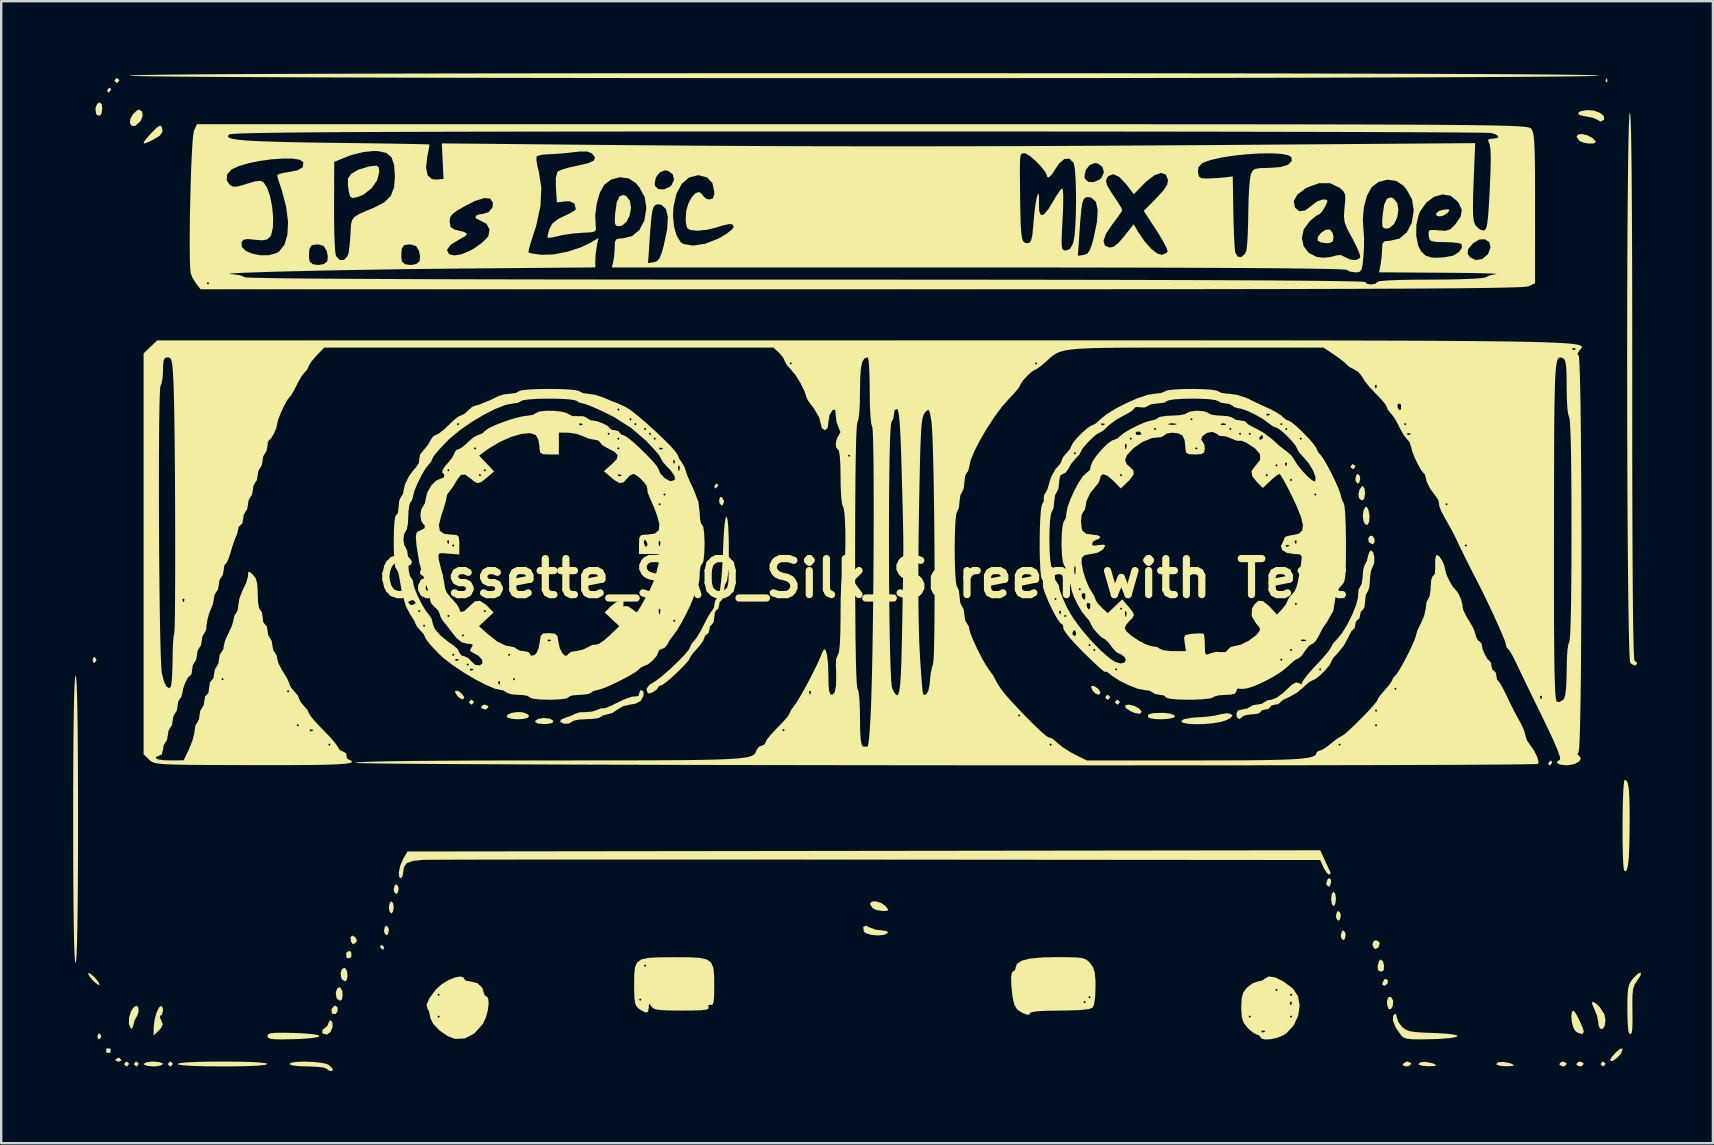
<source format=kicad_pcb>
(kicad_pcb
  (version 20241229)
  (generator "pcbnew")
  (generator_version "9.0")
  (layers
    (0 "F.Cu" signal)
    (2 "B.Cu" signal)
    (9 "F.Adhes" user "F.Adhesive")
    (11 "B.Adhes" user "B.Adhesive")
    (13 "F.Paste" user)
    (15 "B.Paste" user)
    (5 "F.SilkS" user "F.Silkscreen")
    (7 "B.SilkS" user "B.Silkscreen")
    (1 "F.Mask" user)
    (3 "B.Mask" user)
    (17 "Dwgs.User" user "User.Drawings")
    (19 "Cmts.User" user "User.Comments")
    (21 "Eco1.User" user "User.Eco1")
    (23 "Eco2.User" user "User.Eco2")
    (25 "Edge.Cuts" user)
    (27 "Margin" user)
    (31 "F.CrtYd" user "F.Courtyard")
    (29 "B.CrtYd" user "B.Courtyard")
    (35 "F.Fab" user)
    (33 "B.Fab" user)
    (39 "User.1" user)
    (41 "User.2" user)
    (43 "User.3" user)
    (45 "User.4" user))
  (footprint "Cassette_SAO_Silk_Screen with Text"
    (layer "F.Cu")
    (at 32.888 21.049)
    (property "Reference" "Cassette_SAO_Silk_Screen with Text" (at 0 0 0) (layer "F.SilkS") (effects (font (size 1.5 1.5) (thickness 0.3))))
    (attr board_only exclude_from_pos_files exclude_from_bom)
    (fp_poly (pts (xy 31.033 -20.812) (xy 31.045 -20.692) (xy 31.033 -20.678) (xy 30.973 -20.691) (xy 30.966 -20.745) (xy 31.003 -20.828)) (stroke (width 0) (type solid)) (fill yes) (layer "F.SilkS"))
    (fp_poly (pts (xy -31.976 3.29) (xy -31.918 3.411) (xy -31.931 3.448) (xy -32.029 3.537) (xy -32.077 3.435) (xy -32.079 3.384) (xy -32.029 3.28)) (stroke (width 0) (type solid)) (fill yes) (layer "F.SilkS"))
    (fp_poly (pts (xy -31.774 18.975) (xy -31.715 19.096) (xy -31.729 19.133) (xy -31.827 19.223) (xy -31.875 19.12) (xy -31.876 19.069) (xy -31.827 18.965)) (stroke (width 0) (type solid)) (fill yes) (layer "F.SilkS"))
    (fp_poly (pts (xy -30.959 19.99) (xy -30.869 20.088) (xy -30.971 20.136) (xy -31.022 20.138) (xy -31.127 20.088) (xy -31.117 20.035) (xy -30.995 19.977)) (stroke (width 0) (type solid)) (fill yes) (layer "F.SilkS"))
    (fp_poly (pts (xy -21.128 14.958) (xy -21.061 15.097) (xy -21.126 15.196) (xy -21.239 15.25) (xy -21.311 15.141) (xy -21.334 14.953) (xy -21.25 14.888)) (stroke (width 0) (type solid)) (fill yes) (layer "F.SilkS"))
    (fp_poly (pts (xy 21.902 16.762) (xy 21.88 16.892) (xy 21.773 16.979) (xy 21.672 16.949) (xy 21.671 16.855) (xy 21.751 16.713) (xy 21.808 16.692)) (stroke (width 0) (type solid)) (fill yes) (layer "F.SilkS"))
    (fp_poly (pts (xy -31.348 19.597) (xy -31.325 19.623) (xy -31.335 19.756) (xy -31.362 19.778) (xy -31.494 19.768) (xy -31.517 19.742) (xy -31.507 19.609) (xy -31.48 19.587)) (stroke (width 0) (type solid)) (fill yes) (layer "F.SilkS"))
    (fp_poly (pts (xy -31.304 -20.379) (xy -31.32 -20.34) (xy -31.411 -20.244) (xy -31.427 -20.239) (xy -31.471 -20.317) (xy -31.472 -20.34) (xy -31.394 -20.438) (xy -31.365 -20.441)) (stroke (width 0) (type solid)) (fill yes) (layer "F.SilkS"))
    (fp_poly (pts (xy -30.969 -20.769) (xy -30.966 -20.745) (xy -31.043 -20.647) (xy -31.067 -20.644) (xy -31.165 -20.721) (xy -31.168 -20.745) (xy -31.091 -20.843) (xy -31.067 -20.846)) (stroke (width 0) (type solid)) (fill yes) (layer "F.SilkS"))
    (fp_poly (pts (xy -30.564 20.215) (xy -30.561 20.239) (xy -30.638 20.337) (xy -30.662 20.34) (xy -30.76 20.263) (xy -30.763 20.239) (xy -30.686 20.141) (xy -30.662 20.138)) (stroke (width 0) (type solid)) (fill yes) (layer "F.SilkS"))
    (fp_poly (pts (xy -30.159 20.215) (xy -30.156 20.239) (xy -30.233 20.337) (xy -30.257 20.34) (xy -30.356 20.263) (xy -30.359 20.239) (xy -30.282 20.141) (xy -30.257 20.138)) (stroke (width 0) (type solid)) (fill yes) (layer "F.SilkS"))
    (fp_poly (pts (xy -28.742 20.215) (xy -28.739 20.239) (xy -28.816 20.337) (xy -28.841 20.34) (xy -28.939 20.263) (xy -28.942 20.239) (xy -28.865 20.141) (xy -28.841 20.138)) (stroke (width 0) (type solid)) (fill yes) (layer "F.SilkS"))
    (fp_poly (pts (xy -21.871 17.885) (xy -21.871 18.038) (xy -21.952 18.16) (xy -22.082 18.148) (xy -22.11 18.116) (xy -22.124 17.947) (xy -22.014 17.823) (xy -21.953 17.81)) (stroke (width 0) (type solid)) (fill yes) (layer "F.SilkS"))
    (fp_poly (pts (xy -21.302 15.584) (xy -21.294 15.752) (xy -21.329 15.804) (xy -21.453 15.84) (xy -21.504 15.786) (xy -21.511 15.619) (xy -21.476 15.566) (xy -21.352 15.53)) (stroke (width 0) (type solid)) (fill yes) (layer "F.SilkS"))
    (fp_poly (pts (xy -19.94 15.354) (xy -19.935 15.382) (xy -19.97 15.48) (xy -19.98 15.483) (xy -20.066 15.412) (xy -20.087 15.382) (xy -20.079 15.288) (xy -20.043 15.28)) (stroke (width 0) (type solid)) (fill yes) (layer "F.SilkS"))
    (fp_poly (pts (xy -19.752 14.556) (xy -19.733 14.673) (xy -19.775 14.838) (xy -19.834 14.876) (xy -19.916 14.791) (xy -19.935 14.673) (xy -19.893 14.509) (xy -19.834 14.471)) (stroke (width 0) (type solid)) (fill yes) (layer "F.SilkS"))
    (fp_poly (pts (xy -19.556 13.546) (xy -19.531 13.712) (xy -19.565 13.902) (xy -19.632 13.965) (xy -19.708 13.878) (xy -19.733 13.712) (xy -19.698 13.522) (xy -19.632 13.459)) (stroke (width 0) (type solid)) (fill yes) (layer "F.SilkS"))
    (fp_poly (pts (xy -19.347 12.835) (xy -19.328 12.953) (xy -19.371 13.117) (xy -19.429 13.155) (xy -19.512 13.071) (xy -19.531 12.953) (xy -19.488 12.789) (xy -19.429 12.751)) (stroke (width 0) (type solid)) (fill yes) (layer "F.SilkS"))
    (fp_poly (pts (xy -16.194 5.137) (xy -16.191 5.161) (xy -16.268 5.259) (xy -16.292 5.262) (xy -16.391 5.185) (xy -16.394 5.161) (xy -16.317 5.063) (xy -16.292 5.06)) (stroke (width 0) (type solid)) (fill yes) (layer "F.SilkS"))
    (fp_poly (pts (xy -15.601 5.317) (xy -15.584 5.363) (xy -15.666 5.453) (xy -15.736 5.465) (xy -15.871 5.41) (xy -15.888 5.363) (xy -15.806 5.274) (xy -15.736 5.262)) (stroke (width 0) (type solid)) (fill yes) (layer "F.SilkS"))
    (fp_poly (pts (xy -6.005 -3.885) (xy -6.021 -3.845) (xy -6.112 -3.749) (xy -6.128 -3.744) (xy -6.172 -3.823) (xy -6.173 -3.845) (xy -6.095 -3.943) (xy -6.066 -3.947)) (stroke (width 0) (type solid)) (fill yes) (layer "F.SilkS"))
    (fp_poly (pts (xy -5.776 -3.244) (xy -5.768 -3.182) (xy -5.825 -3.051) (xy -5.869 -3.036) (xy -5.951 -3.121) (xy -5.971 -3.244) (xy -5.932 -3.384) (xy -5.869 -3.39)) (stroke (width 0) (type solid)) (fill yes) (layer "F.SilkS"))
    (fp_poly (pts (xy 10.319 4.934) (xy 10.322 4.959) (xy 10.245 5.057) (xy 10.221 5.06) (xy 10.122 4.983) (xy 10.12 4.959) (xy 10.197 4.86) (xy 10.221 4.857)) (stroke (width 0) (type solid)) (fill yes) (layer "F.SilkS"))
    (fp_poly (pts (xy 10.724 5.137) (xy 10.727 5.161) (xy 10.65 5.259) (xy 10.625 5.262) (xy 10.527 5.185) (xy 10.524 5.161) (xy 10.601 5.063) (xy 10.625 5.06)) (stroke (width 0) (type solid)) (fill yes) (layer "F.SilkS"))
    (fp_poly (pts (xy 19.509 12.529) (xy 19.531 12.643) (xy 19.489 12.811) (xy 19.429 12.852) (xy 19.339 12.77) (xy 19.328 12.706) (xy 19.39 12.534) (xy 19.429 12.498)) (stroke (width 0) (type solid)) (fill yes) (layer "F.SilkS"))
    (fp_poly (pts (xy 19.916 13.949) (xy 19.935 14.066) (xy 19.893 14.231) (xy 19.834 14.269) (xy 19.752 14.184) (xy 19.733 14.066) (xy 19.775 13.902) (xy 19.834 13.864)) (stroke (width 0) (type solid)) (fill yes) (layer "F.SilkS"))
    (fp_poly (pts (xy 20.119 14.758) (xy 20.138 14.876) (xy 20.095 15.04) (xy 20.037 15.078) (xy 19.954 14.993) (xy 19.935 14.876) (xy 19.978 14.711) (xy 20.037 14.673)) (stroke (width 0) (type solid)) (fill yes) (layer "F.SilkS"))
    (fp_poly (pts (xy 20.54 -4.679) (xy 20.543 -4.655) (xy 20.466 -4.557) (xy 20.441 -4.554) (xy 20.343 -4.631) (xy 20.34 -4.655) (xy 20.417 -4.753) (xy 20.441 -4.756)) (stroke (width 0) (type solid)) (fill yes) (layer "F.SilkS"))
    (fp_poly (pts (xy 20.726 -4.267) (xy 20.745 -4.149) (xy 20.703 -3.985) (xy 20.644 -3.947) (xy 20.562 -4.031) (xy 20.543 -4.149) (xy 20.585 -4.313) (xy 20.644 -4.351)) (stroke (width 0) (type solid)) (fill yes) (layer "F.SilkS"))
    (fp_poly (pts (xy 21.258 -1.767) (xy 21.34 -1.641) (xy 21.339 -1.489) (xy 21.257 -1.417) (xy 21.12 -1.49) (xy 21.099 -1.518) (xy 21.079 -1.668) (xy 21.16 -1.773)) (stroke (width 0) (type solid)) (fill yes) (layer "F.SilkS"))
    (fp_poly (pts (xy 21.537 15.156) (xy 21.555 15.224) (xy 21.499 15.39) (xy 21.379 15.446) (xy 21.316 15.413) (xy 21.25 15.252) (xy 21.31 15.111) (xy 21.403 15.078)) (stroke (width 0) (type solid)) (fill yes) (layer "F.SilkS"))
    (fp_poly (pts (xy 21.692 15.968) (xy 21.738 16.137) (xy 21.722 16.339) (xy 21.605 16.394) (xy 21.483 16.329) (xy 21.472 16.137) (xy 21.53 15.946) (xy 21.605 15.881)) (stroke (width 0) (type solid)) (fill yes) (layer "F.SilkS"))
    (fp_poly (pts (xy 22.855 20.194) (xy 22.87 20.239) (xy 22.785 20.32) (xy 22.662 20.34) (xy 22.522 20.301) (xy 22.516 20.239) (xy 22.662 20.146) (xy 22.724 20.138)) (stroke (width 0) (type solid)) (fill yes) (layer "F.SilkS"))
    (fp_poly (pts (xy 28.738 7.668) (xy 28.739 7.691) (xy 28.662 7.788) (xy 28.632 7.792) (xy 28.572 7.73) (xy 28.588 7.691) (xy 28.679 7.594) (xy 28.695 7.59)) (stroke (width 0) (type solid)) (fill yes) (layer "F.SilkS"))
    (fp_poly (pts (xy 29.329 20.192) (xy 29.347 20.239) (xy 29.265 20.329) (xy 29.195 20.34) (xy 29.06 20.286) (xy 29.043 20.239) (xy 29.125 20.149) (xy 29.195 20.138)) (stroke (width 0) (type solid)) (fill yes) (layer "F.SilkS"))
    (fp_poly (pts (xy 30.038 20.192) (xy 30.055 20.239) (xy 29.973 20.329) (xy 29.903 20.34) (xy 29.769 20.286) (xy 29.751 20.239) (xy 29.833 20.149) (xy 29.903 20.138)) (stroke (width 0) (type solid)) (fill yes) (layer "F.SilkS"))
    (fp_poly (pts (xy 30.963 20.215) (xy 30.966 20.239) (xy 30.889 20.337) (xy 30.865 20.34) (xy 30.766 20.263) (xy 30.763 20.239) (xy 30.84 20.141) (xy 30.865 20.138)) (stroke (width 0) (type solid)) (fill yes) (layer "F.SilkS"))
    (fp_poly (pts (xy -31.7 -19.752) (xy -31.677 -19.569) (xy -31.708 -19.376) (xy -31.776 -19.277) (xy -31.892 -19.299) (xy -31.939 -19.372) (xy -31.96 -19.59) (xy -31.888 -19.773) (xy -31.778 -19.834)) (stroke (width 0) (type solid)) (fill yes) (layer "F.SilkS"))
    (fp_poly (pts (xy -16.853 4.691) (xy -16.706 4.795) (xy -16.605 4.929) (xy -16.596 4.971) (xy -16.652 5.053) (xy -16.791 4.988) (xy -16.885 4.897) (xy -16.971 4.748) (xy -16.963 4.684)) (stroke (width 0) (type solid)) (fill yes) (layer "F.SilkS"))
    (fp_poly (pts (xy 9.659 4.49) (xy 9.808 4.592) (xy 9.909 4.727) (xy 9.917 4.769) (xy 9.858 4.854) (xy 9.719 4.805) (xy 9.612 4.703) (xy 9.533 4.55) (xy 9.546 4.486)) (stroke (width 0) (type solid)) (fill yes) (layer "F.SilkS"))
    (fp_poly (pts (xy 24.456 -15.322) (xy 24.395 -15.238) (xy 24.236 -15.124) (xy 24.056 -15.08) (xy 23.925 -15.114) (xy 23.907 -15.205) (xy 24.027 -15.307) (xy 24.238 -15.365) (xy 24.431 -15.375)) (stroke (width 0) (type solid)) (fill yes) (layer "F.SilkS"))
    (fp_poly (pts (xy -21.758 17.051) (xy -21.68 17.181) (xy -21.659 17.379) (xy -21.692 17.551) (xy -21.76 17.608) (xy -21.883 17.527) (xy -21.923 17.456) (xy -21.945 17.261) (xy -21.89 17.096) (xy -21.789 17.038)) (stroke (width 0) (type solid)) (fill yes) (layer "F.SilkS"))
    (fp_poly (pts (xy -21.555 16.241) (xy -21.478 16.371) (xy -21.456 16.569) (xy -21.489 16.741) (xy -21.558 16.798) (xy -21.681 16.718) (xy -21.72 16.647) (xy -21.743 16.451) (xy -21.688 16.287) (xy -21.587 16.229)) (stroke (width 0) (type solid)) (fill yes) (layer "F.SilkS"))
    (fp_poly (pts (xy 0.789 13.532) (xy 0.961 13.661) (xy 1.077 13.804) (xy 1.04 13.856) (xy 0.845 13.864) (xy 0.588 13.825) (xy 0.425 13.742) (xy 0.311 13.572) (xy 0.385 13.478) (xy 0.541 13.459)) (stroke (width 0) (type solid)) (fill yes) (layer "F.SilkS"))
    (fp_poly (pts (xy 11.312 5.31) (xy 11.522 5.421) (xy 11.634 5.548) (xy 11.637 5.569) (xy 11.56 5.649) (xy 11.346 5.611) (xy 11.157 5.529) (xy 10.97 5.401) (xy 10.946 5.301) (xy 11.088 5.262)) (stroke (width 0) (type solid)) (fill yes) (layer "F.SilkS"))
    (fp_poly (pts (xy 20.919 -3.757) (xy 20.947 -3.546) (xy 20.947 -3.542) (xy 20.909 -3.312) (xy 20.815 -3.237) (xy 20.694 -3.34) (xy 20.669 -3.508) (xy 20.721 -3.706) (xy 20.817 -3.835) (xy 20.853 -3.845)) (stroke (width 0) (type solid)) (fill yes) (layer "F.SilkS"))
    (fp_poly (pts (xy 22.109 17.585) (xy 22.117 17.625) (xy 22.101 17.816) (xy 22.025 17.947) (xy 21.93 17.949) (xy 21.927 17.947) (xy 21.873 17.801) (xy 21.858 17.633) (xy 21.911 17.46) (xy 22.02 17.443)) (stroke (width 0) (type solid)) (fill yes) (layer "F.SilkS"))
    (fp_poly (pts (xy 23.724 20.2) (xy 23.831 20.239) (xy 23.916 20.294) (xy 23.834 20.323) (xy 23.604 20.333) (xy 23.341 20.316) (xy 23.189 20.266) (xy 23.174 20.239) (xy 23.258 20.164) (xy 23.465 20.151)) (stroke (width 0) (type solid)) (fill yes) (layer "F.SilkS"))
    (fp_poly (pts (xy 26.962 20.2) (xy 27.07 20.239) (xy 27.155 20.294) (xy 27.072 20.323) (xy 26.842 20.333) (xy 26.579 20.316) (xy 26.427 20.266) (xy 26.412 20.239) (xy 26.497 20.164) (xy 26.703 20.151)) (stroke (width 0) (type solid)) (fill yes) (layer "F.SilkS"))
    (fp_poly (pts (xy -30.016 -19.454) (xy -29.992 -19.274) (xy -30.071 -19.069) (xy -30.109 -19.021) (xy -30.313 -18.848) (xy -30.454 -18.86) (xy -30.526 -18.978) (xy -30.505 -19.154) (xy -30.381 -19.36) (xy -30.217 -19.507) (xy -30.137 -19.531)) (stroke (width 0) (type solid)) (fill yes) (layer "F.SilkS"))
    (fp_poly (pts (xy 21.071 -2.896) (xy 21.123 -2.674) (xy 21.131 -2.606) (xy 21.118 -2.353) (xy 21.048 -2.226) (xy 20.951 -2.252) (xy 20.886 -2.371) (xy 20.852 -2.586) (xy 20.879 -2.812) (xy 20.952 -2.964) (xy 20.998 -2.985)) (stroke (width 0) (type solid)) (fill yes) (layer "F.SilkS"))
    (fp_poly (pts (xy 31.67 19.609) (xy 31.674 19.642) (xy 31.603 19.815) (xy 31.471 19.964) (xy 31.271 20.112) (xy 31.181 20.116) (xy 31.168 20.054) (xy 31.235 19.935) (xy 31.399 19.754) (xy 31.421 19.733) (xy 31.598 19.593)) (stroke (width 0) (type solid)) (fill yes) (layer "F.SilkS"))
    (fp_poly (pts (xy -32.171 16.476) (xy -32.005 16.618) (xy -31.978 16.647) (xy -31.832 16.828) (xy -31.787 16.942) (xy -31.791 16.949) (xy -31.886 16.918) (xy -32.051 16.776) (xy -32.079 16.748) (xy -32.224 16.566) (xy -32.269 16.452) (xy -32.265 16.445)) (stroke (width 0) (type solid)) (fill yes) (layer "F.SilkS"))
    (fp_poly (pts (xy -29.296 20.16) (xy -29.155 20.216) (xy -29.144 20.239) (xy -29.234 20.302) (xy -29.458 20.338) (xy -29.549 20.34) (xy -29.802 20.318) (xy -29.943 20.262) (xy -29.954 20.239) (xy -29.864 20.176) (xy -29.64 20.14) (xy -29.549 20.138)) (stroke (width 0) (type solid)) (fill yes) (layer "F.SilkS"))
    (fp_poly (pts (xy -22.087 18.503) (xy -22.079 18.695) (xy -22.163 18.907) (xy -22.313 19.013) (xy -22.468 18.981) (xy -22.513 18.928) (xy -22.494 18.808) (xy -22.421 18.76) (xy -22.283 18.634) (xy -22.263 18.558) (xy -22.201 18.431) (xy -22.155 18.418)) (stroke (width 0) (type solid)) (fill yes) (layer "F.SilkS"))
    (fp_poly (pts (xy -14.16 5.583) (xy -13.962 5.658) (xy -13.889 5.743) (xy -13.949 5.816) (xy -14.139 5.86) (xy -14.391 5.873) (xy -14.634 5.852) (xy -14.799 5.796) (xy -14.823 5.771) (xy -14.79 5.681) (xy -14.618 5.609) (xy -14.37 5.573)) (stroke (width 0) (type solid)) (fill yes) (layer "F.SilkS"))
    (fp_poly (pts (xy -13.015 5.853) (xy -12.881 5.936) (xy -12.877 5.945) (xy -12.923 6.032) (xy -13.148 6.07) (xy -13.257 6.072) (xy -13.54 6.049) (xy -13.64 5.978) (xy -13.636 5.945) (xy -13.516 5.859) (xy -13.282 5.819) (xy -13.257 5.819)) (stroke (width 0) (type solid)) (fill yes) (layer "F.SilkS"))
    (fp_poly (pts (xy 19.472 -14.539) (xy 19.594 -14.401) (xy 19.632 -14.221) (xy 19.599 -14.037) (xy 19.459 -13.971) (xy 19.334 -13.965) (xy 19.098 -13.999) (xy 18.968 -14.076) (xy 18.977 -14.225) (xy 19.106 -14.392) (xy 19.291 -14.517) (xy 19.465 -14.541)) (stroke (width 0) (type solid)) (fill yes) (layer "F.SilkS"))
    (fp_poly (pts (xy 19.703 13.142) (xy 19.733 13.354) (xy 19.733 13.358) (xy 19.704 13.571) (xy 19.633 13.661) (xy 19.632 13.661) (xy 19.561 13.573) (xy 19.531 13.362) (xy 19.531 13.358) (xy 19.56 13.145) (xy 19.631 13.054) (xy 19.632 13.054)) (stroke (width 0) (type solid)) (fill yes) (layer "F.SilkS"))
    (fp_poly (pts (xy 30.206 -18.464) (xy 30.425 -18.348) (xy 30.553 -18.215) (xy 30.561 -18.179) (xy 30.478 -18.123) (xy 30.283 -18.116) (xy 30.059 -18.151) (xy 29.89 -18.221) (xy 29.873 -18.235) (xy 29.759 -18.406) (xy 29.831 -18.499) (xy 29.979 -18.516)) (stroke (width 0) (type solid)) (fill yes) (layer "F.SilkS"))
    (fp_poly (pts (xy -30.169 17.89) (xy -30.164 18.064) (xy -30.222 18.236) (xy -30.249 18.271) (xy -30.336 18.441) (xy -30.375 18.604) (xy -30.427 18.756) (xy -30.485 18.764) (xy -30.567 18.569) (xy -30.559 18.304) (xy -30.48 18.042) (xy -30.349 17.856) (xy -30.237 17.81)) (stroke (width 0) (type solid)) (fill yes) (layer "F.SilkS"))
    (fp_poly (pts (xy 0.307 14.551) (xy 0.553 14.641) (xy 0.814 14.673) (xy 1.017 14.701) (xy 1.065 14.771) (xy 1.063 14.775) (xy 0.913 14.856) (xy 0.655 14.882) (xy 0.372 14.858) (xy 0.144 14.788) (xy 0.059 14.709) (xy 0.035 14.522) (xy 0.146 14.479)) (stroke (width 0) (type solid)) (fill yes) (layer "F.SilkS"))
    (fp_poly (pts (xy 12.539 5.606) (xy 12.835 5.64) (xy 13.008 5.714) (xy 13.028 5.743) (xy 12.964 5.809) (xy 12.764 5.853) (xy 12.492 5.873) (xy 12.212 5.866) (xy 11.991 5.831) (xy 11.897 5.779) (xy 11.911 5.676) (xy 12.113 5.619) (xy 12.506 5.606)) (stroke (width 0) (type solid)) (fill yes) (layer "F.SilkS"))
    (fp_poly (pts (xy 29.702 18.095) (xy 29.817 18.297) (xy 29.939 18.548) (xy 30.032 18.779) (xy 30.062 18.896) (xy 30.007 18.987) (xy 29.848 18.958) (xy 29.726 18.884) (xy 29.629 18.734) (xy 29.565 18.499) (xy 29.541 18.253) (xy 29.566 18.068) (xy 29.626 18.013)) (stroke (width 0) (type solid)) (fill yes) (layer "F.SilkS"))
    (fp_poly (pts (xy 30.563 17.714) (xy 30.707 17.846) (xy 30.918 18.165) (xy 30.966 18.407) (xy 30.93 18.662) (xy 30.839 18.786) (xy 30.727 18.752) (xy 30.673 18.608) (xy 30.662 18.477) (xy 30.615 18.237) (xy 30.508 17.972) (xy 30.404 17.727) (xy 30.424 17.639)) (stroke (width 0) (type solid)) (fill yes) (layer "F.SilkS"))
    (fp_poly (pts (xy -9.838 -15.926) (xy -9.687 -15.729) (xy -9.644 -15.445) (xy -9.694 -15.137) (xy -9.822 -14.867) (xy -10.013 -14.699) (xy -10.135 -14.673) (xy -10.255 -14.691) (xy -10.311 -14.775) (xy -10.319 -14.976) (xy -10.301 -15.233) (xy -10.235 -15.671) (xy -10.123 -15.917) (xy -9.962 -15.977)) (stroke (width 0) (type solid)) (fill yes) (layer "F.SilkS"))
    (fp_poly (pts (xy 22.139 -15.825) (xy 22.29 -15.628) (xy 22.334 -15.344) (xy 22.284 -15.036) (xy 22.156 -14.766) (xy 21.964 -14.598) (xy 21.843 -14.572) (xy 21.723 -14.59) (xy 21.667 -14.674) (xy 21.659 -14.875) (xy 21.677 -15.132) (xy 21.743 -15.57) (xy 21.855 -15.816) (xy 22.016 -15.876)) (stroke (width 0) (type solid)) (fill yes) (layer "F.SilkS"))
    (fp_poly (pts (xy 30.481 -19.491) (xy 30.733 -19.398) (xy 30.894 -19.265) (xy 30.912 -19.121) (xy 30.907 -19.112) (xy 30.768 -19.029) (xy 30.606 -19.119) (xy 30.447 -19.191) (xy 30.186 -19.242) (xy 30.156 -19.245) (xy 29.889 -19.301) (xy 29.814 -19.383) (xy 29.925 -19.464) (xy 30.191 -19.512)) (stroke (width 0) (type solid)) (fill yes) (layer "F.SilkS"))
    (fp_poly (pts (xy -29.198 -18.814) (xy -29.189 -18.794) (xy -29.165 -18.604) (xy -29.28 -18.444) (xy -29.561 -18.275) (xy -29.567 -18.272) (xy -29.81 -18.155) (xy -29.923 -18.12) (xy -29.953 -18.152) (xy -29.954 -18.164) (xy -29.89 -18.26) (xy -29.728 -18.451) (xy -29.603 -18.586) (xy -29.389 -18.797) (xy -29.266 -18.867)) (stroke (width 0) (type solid)) (fill yes) (layer "F.SilkS"))
    (fp_poly (pts (xy -29.159 17.895) (xy -29.144 18.013) (xy -29.187 18.177) (xy -29.246 18.215) (xy -29.283 18.284) (xy -29.223 18.416) (xy -29.156 18.584) (xy -29.224 18.737) (xy -29.317 18.837) (xy -29.536 19.057) (xy -29.533 18.712) (xy -29.499 18.412) (xy -29.421 18.119) (xy -29.32 17.896) (xy -29.221 17.81)) (stroke (width 0) (type solid)) (fill yes) (layer "F.SilkS"))
    (fp_poly (pts (xy -23.705 18.945) (xy -23.228 18.967) (xy -22.868 19.001) (xy -22.658 19.044) (xy -22.617 19.075) (xy -22.713 19.122) (xy -22.979 19.163) (xy -23.383 19.193) (xy -23.705 19.205) (xy -24.192 19.214) (xy -24.51 19.208) (xy -24.694 19.183) (xy -24.777 19.134) (xy -24.793 19.075) (xy -24.767 19.005) (xy -24.667 18.961) (xy -24.46 18.94) (xy -24.111 18.937)) (stroke (width 0) (type solid)) (fill yes) (layer "F.SilkS"))
    (fp_poly (pts (xy 15.356 5.654) (xy 15.422 5.729) (xy 15.335 5.82) (xy 15.177 5.906) (xy 14.935 5.985) (xy 14.602 6.041) (xy 14.226 6.073) (xy 13.858 6.079) (xy 13.545 6.06) (xy 13.337 6.015) (xy 13.282 5.945) (xy 13.409 5.865) (xy 13.713 5.811) (xy 13.973 5.794) (xy 14.367 5.765) (xy 14.72 5.715) (xy 14.912 5.669) (xy 15.179 5.622)) (stroke (width 0) (type solid)) (fill yes) (layer "F.SilkS"))
    (fp_poly (pts (xy -20.158 -17.139) (xy -20.138 -16.952) (xy -20.138 -16.914) (xy -20.227 -16.575) (xy -20.462 -16.247) (xy -20.789 -15.991) (xy -21.02 -15.894) (xy -21.243 -15.846) (xy -21.348 -15.906) (xy -21.405 -16.117) (xy -21.409 -16.138) (xy -21.443 -16.429) (xy -21.437 -16.659) (xy -21.436 -16.661) (xy -21.304 -16.855) (xy -21.012 -17.027) (xy -20.604 -17.151) (xy -20.489 -17.173) (xy -20.255 -17.198)) (stroke (width 0) (type solid)) (fill yes) (layer "F.SilkS"))
    (fp_poly (pts (xy -25.957 20.143) (xy -25.405 20.159) (xy -25.022 20.184) (xy -24.821 20.218) (xy -24.793 20.239) (xy -24.892 20.277) (xy -25.18 20.307) (xy -25.644 20.328) (xy -26.271 20.339) (xy -26.665 20.34) (xy -27.373 20.335) (xy -27.925 20.319) (xy -28.308 20.294) (xy -28.509 20.26) (xy -28.537 20.239) (xy -28.438 20.201) (xy -28.15 20.171) (xy -27.686 20.15) (xy -27.059 20.139) (xy -26.665 20.138)) (stroke (width 0) (type solid)) (fill yes) (layer "F.SilkS"))
    (fp_poly (pts (xy -22.883 20.153) (xy -22.557 20.187) (xy -22.315 20.241) (xy -22.238 20.279) (xy -22.096 20.412) (xy -22.061 20.478) (xy -22.126 20.541) (xy -22.253 20.503) (xy -22.314 20.441) (xy -22.438 20.392) (xy -22.71 20.357) (xy -23.074 20.341) (xy -23.129 20.34) (xy -23.509 20.328) (xy -23.774 20.293) (xy -23.882 20.243) (xy -23.882 20.239) (xy -23.791 20.181) (xy -23.556 20.149) (xy -23.235 20.14)) (stroke (width 0) (type solid)) (fill yes) (layer "F.SilkS"))
    (fp_poly (pts (xy 32.43 16.542) (xy 32.288 16.762) (xy 32.184 16.919) (xy 32.12 17.099) (xy 32.09 17.352) (xy 32.084 17.73) (xy 32.087 17.986) (xy 32.092 18.479) (xy 32.081 18.795) (xy 32.051 18.958) (xy 31.998 18.996) (xy 31.944 18.957) (xy 31.915 18.833) (xy 31.892 18.554) (xy 31.879 18.169) (xy 31.877 17.92) (xy 31.881 17.459) (xy 31.901 17.15) (xy 31.947 16.942) (xy 32.029 16.784) (xy 32.13 16.656) (xy 32.333 16.462) (xy 32.441 16.43)) (stroke (width 0) (type solid)) (fill yes) (layer "F.SilkS"))
    (fp_poly (pts (xy 31.841 8.431) (xy 31.897 8.543) (xy 31.936 8.76) (xy 31.959 9.105) (xy 31.97 9.603) (xy 31.971 10.278) (xy 31.971 10.305) (xy 31.961 11.039) (xy 31.94 11.584) (xy 31.904 11.952) (xy 31.853 12.156) (xy 31.786 12.208) (xy 31.747 12.182) (xy 31.72 12.06) (xy 31.699 11.779) (xy 31.685 11.379) (xy 31.677 10.896) (xy 31.675 10.369) (xy 31.679 9.837) (xy 31.689 9.338) (xy 31.705 8.91) (xy 31.725 8.59) (xy 31.751 8.418) (xy 31.764 8.399)) (stroke (width 0) (type solid)) (fill yes) (layer "F.SilkS"))
    (fp_poly (pts (xy 22.263 18.269) (xy 22.263 18.278) (xy 22.333 18.492) (xy 22.493 18.7) (xy 22.626 18.801) (xy 22.796 18.868) (xy 23.05 18.909) (xy 23.433 18.934) (xy 23.759 18.945) (xy 24.306 18.972) (xy 24.654 19.013) (xy 24.801 19.062) (xy 24.75 19.113) (xy 24.501 19.158) (xy 24.054 19.193) (xy 23.724 19.205) (xy 23.221 19.214) (xy 22.882 19.207) (xy 22.666 19.179) (xy 22.533 19.125) (xy 22.454 19.053) (xy 22.221 18.717) (xy 22.106 18.426) (xy 22.121 18.222) (xy 22.144 18.193) (xy 22.237 18.141)) (stroke (width 0) (type solid)) (fill yes) (layer "F.SilkS"))
    (fp_poly (pts (xy -32.763 4.149) (xy -32.743 4.449) (xy -32.725 4.947) (xy -32.711 5.64) (xy -32.699 6.524) (xy -32.692 7.599) (xy -32.687 8.86) (xy -32.686 10.012) (xy -32.688 11.404) (xy -32.693 12.622) (xy -32.701 13.662) (xy -32.713 14.518) (xy -32.728 15.189) (xy -32.746 15.669) (xy -32.767 15.953) (xy -32.787 16.039) (xy -32.811 15.954) (xy -32.832 15.668) (xy -32.85 15.181) (xy -32.864 14.495) (xy -32.875 13.61) (xy -32.883 12.527) (xy -32.887 11.248) (xy -32.888 10.075) (xy -32.887 8.656) (xy -32.882 7.423) (xy -32.873 6.377) (xy -32.862 5.521) (xy -32.847 4.858) (xy -32.829 4.39) (xy -32.808 4.12) (xy -32.787 4.048)) (stroke (width 0) (type solid)) (fill yes) (layer "F.SilkS"))
    (fp_poly (pts (xy 19.276 11.764) (xy 19.402 12.036) (xy 19.491 12.228) (xy 19.511 12.27) (xy 19.473 12.343) (xy 19.446 12.346) (xy 19.34 12.263) (xy 19.219 12.061) (xy 19.211 12.042) (xy 19.076 11.739) (xy 0.658 11.723) (xy -1.266 11.721) (xy -3.14 11.72) (xy -4.954 11.719) (xy -6.698 11.718) (xy -8.361 11.718) (xy -9.933 11.718) (xy -11.403 11.719) (xy -12.76 11.719) (xy -13.995 11.72) (xy -15.097 11.721) (xy -16.054 11.723) (xy -16.858 11.725) (xy -17.498 11.727) (xy -17.962 11.729) (xy -18.241 11.732) (xy -18.316 11.733) (xy -18.735 11.777) (xy -18.987 11.871) (xy -19.105 12.034) (xy -19.126 12.2) (xy -19.165 12.41) (xy -19.227 12.498) (xy -19.298 12.46) (xy -19.321 12.276) (xy -19.263 11.985) (xy -19.136 11.688) (xy -18.958 11.384) (xy 0.06 11.359) (xy 19.078 11.333)) (stroke (width 0) (type solid)) (fill yes) (layer "F.SilkS"))
    (fp_poly (pts (xy -9.119 4.729) (xy -9.126 4.898) (xy -9.222 5.085) (xy -9.252 5.118) (xy -9.457 5.225) (xy -9.688 5.262) (xy -9.982 5.332) (xy -10.197 5.465) (xy -10.424 5.614) (xy -10.615 5.667) (xy -10.811 5.712) (xy -10.878 5.768) (xy -11.007 5.825) (xy -11.27 5.861) (xy -11.486 5.869) (xy -11.801 5.887) (xy -12.026 5.931) (xy -12.093 5.971) (xy -12.244 6.058) (xy -12.454 6.057) (xy -12.597 5.973) (xy -12.557 5.884) (xy -12.375 5.808) (xy -12.124 5.725) (xy -11.971 5.645) (xy -11.786 5.583) (xy -11.567 5.577) (xy -11.273 5.556) (xy -11.069 5.488) (xy -10.887 5.416) (xy -10.805 5.42) (xy -10.698 5.402) (xy -10.465 5.307) (xy -10.182 5.167) (xy -9.862 5.019) (xy -9.597 4.931) (xy -9.459 4.923) (xy -9.332 4.904) (xy -9.31 4.818) (xy -9.259 4.676) (xy -9.209 4.655)) (stroke (width 0) (type solid)) (fill yes) (layer "F.SilkS"))
    (fp_poly (pts (xy -16.613 16.639) (xy -16.596 16.697) (xy -16.509 16.773) (xy -16.336 16.798) (xy -16.043 16.872) (xy -15.841 17.059) (xy -15.786 17.247) (xy -15.734 17.386) (xy -15.685 17.406) (xy -15.599 17.491) (xy -15.575 17.708) (xy -15.609 17.998) (xy -15.692 18.305) (xy -15.817 18.569) (xy -15.828 18.584) (xy -16.178 18.971) (xy -16.571 19.176) (xy -16.983 19.191) (xy -17.283 19.079) (xy -17.623 18.844) (xy -17.879 18.576) (xy -18.006 18.326) (xy -18.013 18.268) (xy -18.013 18.266) (xy -17.709 18.266) (xy -17.659 18.316) (xy -17.608 18.266) (xy -17.659 18.215) (xy -17.709 18.266) (xy -18.013 18.266) (xy -18.061 18.042) (xy -18.122 17.944) (xy -18.161 17.767) (xy -18.037 17.486) (xy -17.938 17.355) (xy -17.709 17.355) (xy -17.659 17.406) (xy -17.608 17.355) (xy -17.659 17.304) (xy -17.709 17.355) (xy -17.938 17.355) (xy -17.765 17.125) (xy -17.536 16.918) (xy -17.259 16.748) (xy -16.98 16.633) (xy -16.749 16.591)) (stroke (width 0) (type solid)) (fill yes) (layer "F.SilkS"))
    (fp_poly (pts (xy 8.586 15.789) (xy 8.936 15.8) (xy 9.164 15.827) (xy 9.312 15.878) (xy 9.42 15.959) (xy 9.494 16.04) (xy 9.614 16.214) (xy 9.682 16.43) (xy 9.711 16.747) (xy 9.715 17.032) (xy 9.698 17.451) (xy 9.652 17.756) (xy 9.593 17.891) (xy 9.423 17.953) (xy 9.056 17.993) (xy 8.489 18.011) (xy 8.227 18.013) (xy 7.685 18.021) (xy 7.283 18.043) (xy 7.043 18.079) (xy 6.982 18.114) (xy 6.946 18.194) (xy 6.81 18.171) (xy 6.609 18.08) (xy 6.443 17.96) (xy 6.331 17.768) (xy 6.305 17.659) (xy 9.209 17.659) (xy 9.259 17.709) (xy 9.31 17.659) (xy 9.259 17.608) (xy 9.209 17.659) (xy 6.305 17.659) (xy 6.258 17.462) (xy 6.257 17.456) (xy 9.411 17.456) (xy 9.462 17.507) (xy 9.512 17.456) (xy 9.462 17.406) (xy 9.411 17.456) (xy 6.257 17.456) (xy 6.208 16.999) (xy 6.206 16.975) (xy 6.197 16.616) (xy 6.232 16.422) (xy 6.269 16.394) (xy 6.365 16.313) (xy 6.375 16.253) (xy 6.438 16.069) (xy 6.637 15.934) (xy 6.988 15.845) (xy 7.509 15.798) (xy 8.074 15.786)) (stroke (width 0) (type solid)) (fill yes) (layer "F.SilkS"))
    (fp_poly (pts (xy 31.98 -19.412) (xy 31.999 -19.312) (xy 32.015 -19.023) (xy 32.03 -18.545) (xy 32.042 -17.876) (xy 32.053 -17.014) (xy 32.062 -15.958) (xy 32.069 -14.707) (xy 32.075 -13.259) (xy 32.078 -11.612) (xy 32.08 -9.766) (xy 32.08 -7.968) (xy 32.08 -5.928) (xy 32.082 -4.091) (xy 32.086 -2.454) (xy 32.092 -1.019) (xy 32.1 0.215) (xy 32.109 1.25) (xy 32.121 2.084) (xy 32.134 2.719) (xy 32.149 3.155) (xy 32.166 3.392) (xy 32.179 3.441) (xy 32.278 3.517) (xy 32.281 3.542) (xy 32.221 3.637) (xy 32.075 3.587) (xy 31.998 3.522) (xy 31.98 3.405) (xy 31.963 3.104) (xy 31.948 2.633) (xy 31.934 2.009) (xy 31.921 1.245) (xy 31.91 0.359) (xy 31.9 -0.636) (xy 31.891 -1.722) (xy 31.884 -2.885) (xy 31.878 -4.11) (xy 31.874 -5.38) (xy 31.87 -6.681) (xy 31.869 -7.996) (xy 31.868 -9.311) (xy 31.869 -10.61) (xy 31.872 -11.877) (xy 31.876 -13.097) (xy 31.881 -14.255) (xy 31.888 -15.335) (xy 31.897 -16.321) (xy 31.907 -17.199) (xy 31.918 -17.952) (xy 31.931 -18.565) (xy 31.946 -19.023) (xy 31.962 -19.311) (xy 31.979 -19.412)) (stroke (width 0) (type solid)) (fill yes) (layer "F.SilkS"))
    (fp_poly (pts (xy -7.219 15.792) (xy -6.779 15.816) (xy -6.484 15.883) (xy -6.305 16.014) (xy -6.212 16.23) (xy -6.178 16.552) (xy -6.173 16.994) (xy -6.179 17.41) (xy -6.2 17.657) (xy -6.244 17.768) (xy -6.315 17.777) (xy -6.32 17.776) (xy -6.422 17.78) (xy -6.41 17.866) (xy -6.415 17.93) (xy -6.507 17.973) (xy -6.716 17.998) (xy -7.072 18.01) (xy -7.523 18.013) (xy -8.037 18.009) (xy -8.385 17.994) (xy -8.603 17.963) (xy -8.729 17.911) (xy -8.796 17.836) (xy -8.874 17.726) (xy -8.899 17.798) (xy -8.902 17.886) (xy -8.934 18.068) (xy -9.044 18.095) (xy -9.264 17.973) (xy -9.287 17.956) (xy -9.398 17.86) (xy -9.465 17.728) (xy -9.492 17.557) (xy -9.31 17.557) (xy -9.259 17.608) (xy -9.209 17.557) (xy -9.259 17.507) (xy -9.31 17.557) (xy -9.492 17.557) (xy -9.499 17.512) (xy -9.511 17.166) (xy -9.512 16.93) (xy -9.508 16.512) (xy -9.477 16.212) (xy -9.447 16.141) (xy -9.108 16.141) (xy -9.057 16.191) (xy -9.006 16.141) (xy -9.057 16.09) (xy -9.108 16.141) (xy -9.447 16.141) (xy -9.39 16.009) (xy -9.219 15.885) (xy -8.934 15.82) (xy -8.508 15.795) (xy -7.911 15.79) (xy -7.833 15.79)) (stroke (width 0) (type solid)) (fill yes) (layer "F.SilkS"))
    (fp_poly (pts (xy 3.518 -21.048) (xy 6.727 -21.047) (xy 9.736 -21.046) (xy 12.543 -21.043) (xy 15.149 -21.04) (xy 17.554 -21.037) (xy 19.757 -21.032) (xy 21.759 -21.027) (xy 23.56 -21.022) (xy 25.158 -21.015) (xy 26.555 -21.008) (xy 27.75 -21.001) (xy 28.744 -20.992) (xy 29.535 -20.983) (xy 30.124 -20.974) (xy 30.511 -20.963) (xy 30.696 -20.953) (xy 30.713 -20.947) (xy 30.607 -20.938) (xy 30.309 -20.929) (xy 29.828 -20.92) (xy 29.173 -20.912) (xy 28.354 -20.904) (xy 27.38 -20.896) (xy 26.261 -20.89) (xy 25.007 -20.883) (xy 23.627 -20.877) (xy 22.129 -20.872) (xy 20.525 -20.867) (xy 18.823 -20.862) (xy 17.033 -20.858) (xy 15.165 -20.855) (xy 13.227 -20.851) (xy 11.229 -20.849) (xy 9.182 -20.846) (xy 7.093 -20.845) (xy 4.974 -20.843) (xy 2.833 -20.843) (xy 0.68 -20.842) (xy -1.476 -20.842) (xy -3.625 -20.843) (xy -5.758 -20.844) (xy -7.865 -20.845) (xy -9.936 -20.847) (xy -11.963 -20.85) (xy -13.935 -20.853) (xy -15.844 -20.856) (xy -17.679 -20.86) (xy -19.431 -20.864) (xy -21.092 -20.869) (xy -22.65 -20.874) (xy -24.097 -20.88) (xy -25.423 -20.886) (xy -26.619 -20.892) (xy -27.675 -20.899) (xy -28.582 -20.907) (xy -29.33 -20.915) (xy -29.909 -20.923) (xy -30.311 -20.932) (xy -30.526 -20.942) (xy -30.561 -20.947) (xy -30.46 -20.959) (xy -30.156 -20.969) (xy -29.651 -20.979) (xy -28.944 -20.988) (xy -28.036 -20.997) (xy -26.926 -21.005) (xy -25.615 -21.012) (xy -24.104 -21.019) (xy -22.392 -21.025) (xy -20.479 -21.03) (xy -18.367 -21.035) (xy -16.055 -21.039) (xy -13.543 -21.042) (xy -10.831 -21.045) (xy -7.92 -21.047) (xy -4.811 -21.048) (xy -1.502 -21.049) (xy 0.107 -21.049)) (stroke (width 0) (type solid)) (fill yes) (layer "F.SilkS"))
    (fp_poly (pts (xy 17.194 16.629) (xy 17.539 16.796) (xy 17.922 17.082) (xy 17.937 17.096) (xy 18.15 17.409) (xy 18.221 17.803) (xy 18.159 18.226) (xy 17.975 18.626) (xy 17.678 18.952) (xy 17.552 19.037) (xy 17.296 19.145) (xy 17.012 19.207) (xy 16.764 19.217) (xy 16.614 19.168) (xy 16.596 19.126) (xy 16.516 19.033) (xy 16.463 19.025) (xy 16.312 18.957) (xy 16.189 18.856) (xy 16.63 18.856) (xy 16.644 18.916) (xy 16.697 18.924) (xy 16.781 18.886) (xy 16.765 18.856) (xy 16.645 18.844) (xy 16.63 18.856) (xy 16.189 18.856) (xy 16.106 18.788) (xy 16.058 18.741) (xy 15.896 18.538) (xy 15.814 18.316) (xy 15.81 18.266) (xy 16.09 18.266) (xy 16.141 18.316) (xy 16.191 18.266) (xy 17.81 18.266) (xy 17.861 18.316) (xy 17.912 18.266) (xy 17.861 18.215) (xy 17.81 18.266) (xy 16.191 18.266) (xy 16.141 18.215) (xy 16.09 18.266) (xy 15.81 18.266) (xy 15.787 17.995) (xy 15.786 17.876) (xy 15.794 17.709) (xy 17.81 17.709) (xy 17.847 17.792) (xy 17.878 17.777) (xy 17.89 17.657) (xy 17.878 17.642) (xy 17.818 17.656) (xy 17.81 17.709) (xy 15.794 17.709) (xy 15.803 17.511) (xy 15.844 17.355) (xy 17.81 17.355) (xy 17.861 17.406) (xy 17.912 17.355) (xy 17.861 17.304) (xy 17.81 17.355) (xy 15.844 17.355) (xy 15.866 17.271) (xy 15.95 17.153) (xy 17.203 17.153) (xy 17.254 17.203) (xy 17.304 17.153) (xy 17.254 17.102) (xy 17.203 17.153) (xy 15.95 17.153) (xy 16 17.083) (xy 16.035 17.047) (xy 16.261 16.876) (xy 16.473 16.799) (xy 16.484 16.798) (xy 16.68 16.753) (xy 16.748 16.697) (xy 16.92 16.592)) (stroke (width 0) (type solid)) (fill yes) (layer "F.SilkS"))
    (fp_poly (pts (xy -5.661 -2.577) (xy -5.622 -2.456) (xy -5.593 -2.18) (xy -5.575 -1.795) (xy -5.567 -1.35) (xy -5.57 -0.891) (xy -5.584 -0.465) (xy -5.608 -0.118) (xy -5.642 0.101) (xy -5.667 0.152) (xy -5.735 0.286) (xy -5.768 0.532) (xy -5.768 0.563) (xy -5.794 0.794) (xy -5.857 0.908) (xy -5.869 0.911) (xy -5.952 0.996) (xy -5.971 1.113) (xy -6.013 1.278) (xy -6.072 1.316) (xy -6.143 1.403) (xy -6.173 1.615) (xy -6.173 1.619) (xy -6.202 1.832) (xy -6.273 1.923) (xy -6.274 1.923) (xy -6.356 2.007) (xy -6.375 2.125) (xy -6.418 2.29) (xy -6.476 2.327) (xy -6.569 2.408) (xy -6.578 2.464) (xy -6.643 2.617) (xy -6.807 2.837) (xy -6.881 2.919) (xy -7.067 3.13) (xy -7.175 3.285) (xy -7.185 3.317) (xy -7.255 3.435) (xy -7.435 3.639) (xy -7.68 3.885) (xy -7.943 4.13) (xy -8.18 4.33) (xy -8.343 4.442) (xy -8.377 4.453) (xy -8.493 4.502) (xy -8.5 4.529) (xy -8.576 4.642) (xy -8.739 4.749) (xy -8.897 4.798) (xy -8.945 4.784) (xy -9.004 4.615) (xy -8.876 4.44) (xy -8.728 4.349) (xy -8.526 4.216) (xy -8.252 3.993) (xy -7.946 3.719) (xy -7.647 3.432) (xy -7.395 3.168) (xy -7.229 2.965) (xy -7.185 2.874) (xy -7.114 2.716) (xy -7.035 2.633) (xy -6.913 2.479) (xy -6.748 2.205) (xy -6.609 1.938) (xy -6.453 1.634) (xy -6.322 1.414) (xy -6.253 1.332) (xy -6.185 1.217) (xy -6.173 1.111) (xy -6.13 0.924) (xy -6.083 0.867) (xy -5.998 0.734) (xy -5.928 0.442) (xy -5.872 -0.02) (xy -5.828 -0.663) (xy -5.802 -1.293) (xy -5.777 -1.835) (xy -5.744 -2.245) (xy -5.705 -2.501) (xy -5.663 -2.578)) (stroke (width 0) (type solid)) (fill yes) (layer "F.SilkS"))
    (fp_poly (pts (xy 21.287 -1.078) (xy 21.332 -0.879) (xy 21.328 -0.652) (xy 21.268 -0.484) (xy 21.259 -0.473) (xy 21.191 -0.31) (xy 21.153 -0.034) (xy 21.15 0.065) (xy 21.128 0.344) (xy 21.073 0.529) (xy 21.049 0.557) (xy 20.98 0.691) (xy 20.948 0.936) (xy 20.947 0.967) (xy 20.922 1.199) (xy 20.858 1.313) (xy 20.846 1.316) (xy 20.764 1.4) (xy 20.745 1.518) (xy 20.703 1.682) (xy 20.644 1.72) (xy 20.562 1.805) (xy 20.543 1.923) (xy 20.508 2.087) (xy 20.46 2.125) (xy 20.374 2.21) (xy 20.264 2.419) (xy 20.24 2.478) (xy 20.066 2.796) (xy 19.831 3.089) (xy 19.816 3.104) (xy 19.632 3.307) (xy 19.535 3.466) (xy 19.531 3.49) (xy 19.46 3.628) (xy 19.288 3.831) (xy 19.072 4.041) (xy 18.873 4.199) (xy 18.761 4.25) (xy 18.63 4.317) (xy 18.435 4.484) (xy 18.385 4.535) (xy 18.099 4.77) (xy 17.778 4.951) (xy 17.758 4.959) (xy 17.53 5.069) (xy 17.411 5.164) (xy 17.406 5.18) (xy 17.321 5.247) (xy 17.203 5.262) (xy 17.039 5.305) (xy 17.001 5.363) (xy 16.916 5.446) (xy 16.798 5.465) (xy 16.634 5.507) (xy 16.596 5.566) (xy 16.507 5.633) (xy 16.289 5.666) (xy 16.248 5.667) (xy 15.996 5.694) (xy 15.844 5.759) (xy 15.837 5.768) (xy 15.709 5.868) (xy 15.607 5.793) (xy 15.584 5.667) (xy 15.645 5.507) (xy 15.831 5.465) (xy 16.045 5.427) (xy 16.141 5.363) (xy 16.28 5.284) (xy 16.444 5.262) (xy 16.656 5.224) (xy 16.748 5.161) (xy 16.889 5.08) (xy 17.037 5.06) (xy 17.244 4.986) (xy 17.512 4.793) (xy 17.656 4.658) (xy 17.905 4.425) (xy 18.069 4.335) (xy 18.183 4.366) (xy 18.294 4.423) (xy 18.316 4.355) (xy 18.383 4.231) (xy 18.559 4.005) (xy 18.745 3.795) (xy 19.025 3.795) (xy 19.075 3.845) (xy 19.126 3.795) (xy 19.075 3.744) (xy 19.025 3.795) (xy 18.745 3.795) (xy 18.813 3.717) (xy 18.924 3.6) (xy 19.198 3.304) (xy 19.408 3.056) (xy 19.52 2.897) (xy 19.531 2.868) (xy 19.598 2.737) (xy 19.764 2.549) (xy 19.79 2.524) (xy 19.994 2.274) (xy 20.211 1.916) (xy 20.412 1.511) (xy 20.569 1.12) (xy 20.652 0.804) (xy 20.657 0.693) (xy 20.674 0.47) (xy 20.738 0.358) (xy 20.809 0.222) (xy 20.845 -0.029) (xy 20.846 -0.087) (xy 20.869 -0.36) (xy 20.926 -0.545) (xy 20.939 -0.562) (xy 21.023 -0.73) (xy 21.065 -0.911) (xy 21.126 -1.101) (xy 21.2 -1.164)) (stroke (width 0) (type solid)) (fill yes) (layer "F.SilkS"))
    (fp_poly (pts (xy -12.665 -7.888) (xy -12.269 -7.871) (xy -11.964 -7.843) (xy -11.802 -7.803) (xy -11.789 -7.792) (xy -11.652 -7.718) (xy -11.441 -7.691) (xy -11.161 -7.65) (xy -10.832 -7.548) (xy -10.764 -7.52) (xy -10.511 -7.412) (xy -10.346 -7.346) (xy -10.322 -7.339) (xy -10.207 -7.294) (xy -9.978 -7.192) (xy -9.867 -7.14) (xy -9.666 -7.014) (xy -9.379 -6.789) (xy -9.038 -6.499) (xy -8.676 -6.173) (xy -8.327 -5.844) (xy -8.025 -5.541) (xy -7.804 -5.297) (xy -7.696 -5.142) (xy -7.691 -5.12) (xy -7.63 -4.974) (xy -7.548 -4.865) (xy -7.411 -4.633) (xy -7.371 -4.503) (xy -7.307 -4.305) (xy -7.178 -4.005) (xy -7.058 -3.759) (xy -6.838 -3.193) (xy -6.78 -2.722) (xy -6.762 -2.437) (xy -6.714 -2.258) (xy -6.679 -2.226) (xy -6.629 -2.132) (xy -6.594 -1.873) (xy -6.578 -1.489) (xy -6.578 -1.417) (xy -6.59 -1.016) (xy -6.622 -0.734) (xy -6.67 -0.61) (xy -6.679 -0.607) (xy -6.74 -0.517) (xy -6.776 -0.288) (xy -6.78 -0.158) (xy -6.801 0.128) (xy -6.854 0.32) (xy -6.881 0.354) (xy -6.969 0.498) (xy -6.982 0.594) (xy -7.031 0.784) (xy -7.156 1.091) (xy -7.331 1.459) (xy -7.528 1.831) (xy -7.717 2.152) (xy -7.87 2.362) (xy -8.038 2.586) (xy -8.128 2.758) (xy -8.254 2.908) (xy -8.345 2.935) (xy -8.482 3.005) (xy -8.5 3.069) (xy -8.574 3.233) (xy -8.747 3.432) (xy -8.945 3.592) (xy -9.076 3.643) (xy -9.226 3.713) (xy -9.306 3.79) (xy -9.464 3.913) (xy -9.749 4.082) (xy -10.104 4.269) (xy -10.471 4.445) (xy -10.794 4.582) (xy -11.016 4.651) (xy -11.051 4.655) (xy -11.233 4.708) (xy -11.283 4.756) (xy -11.414 4.818) (xy -11.671 4.854) (xy -11.795 4.857) (xy -12.065 4.878) (xy -12.225 4.929) (xy -12.245 4.959) (xy -12.339 5.009) (xy -12.598 5.044) (xy -12.982 5.059) (xy -13.054 5.06) (xy -13.455 5.048) (xy -13.737 5.016) (xy -13.861 4.968) (xy -13.864 4.959) (xy -13.954 4.898) (xy -14.182 4.862) (xy -14.313 4.857) (xy -14.599 4.836) (xy -14.791 4.784) (xy -14.825 4.756) (xy -14.969 4.668) (xy -15.063 4.655) (xy -15.321 4.597) (xy -15.693 4.44) (xy -15.863 4.351) (xy -15.179 4.351) (xy -15.142 4.435) (xy -15.112 4.419) (xy -15.1 4.299) (xy -15.112 4.284) (xy -15.172 4.298) (xy -15.179 4.351) (xy -15.863 4.351) (xy -16.135 4.21) (xy -16.153 4.2) (xy -14.572 4.2) (xy -14.522 4.25) (xy -14.471 4.2) (xy -14.522 4.149) (xy -14.572 4.2) (xy -16.153 4.2) (xy -16.603 3.933) (xy -16.836 3.778) (xy -16.36 3.778) (xy -16.346 3.838) (xy -16.292 3.845) (xy -16.209 3.808) (xy -16.225 3.778) (xy -16.345 3.766) (xy -16.36 3.778) (xy -16.836 3.778) (xy -17.052 3.634) (xy -17.107 3.592) (xy -16.495 3.592) (xy -16.444 3.643) (xy -16.394 3.592) (xy -16.444 3.542) (xy -16.495 3.592) (xy -17.107 3.592) (xy -17.394 3.373) (xy -16.967 3.373) (xy -16.953 3.433) (xy -16.9 3.441) (xy -16.816 3.404) (xy -16.832 3.373) (xy -16.952 3.361) (xy -16.967 3.373) (xy -17.394 3.373) (xy -17.437 3.34) (xy -17.606 3.188) (xy -17.102 3.188) (xy -17.051 3.238) (xy -17.001 3.188) (xy -17.051 3.137) (xy -17.102 3.188) (xy -17.606 3.188) (xy -17.626 3.17) (xy -17.9 2.886) (xy -18.105 2.647) (xy -18.209 2.495) (xy -18.215 2.473) (xy -18.284 2.325) (xy -18.418 2.176) (xy -18.568 2.009) (xy -18.586 1.973) (xy -18.316 1.973) (xy -18.266 2.024) (xy -18.215 1.973) (xy -18.266 1.923) (xy -18.316 1.973) (xy -18.586 1.973) (xy -18.62 1.903) (xy -18.675 1.768) (xy -18.811 1.556) (xy -18.834 1.524) (xy -18.918 1.366) (xy -18.519 1.366) (xy -18.468 1.417) (xy -18.418 1.366) (xy -18.468 1.316) (xy -18.519 1.366) (xy -18.918 1.366) (xy -19.025 1.164) (xy -19.07 1.012) (xy -18.924 1.012) (xy -18.842 1.102) (xy -18.772 1.113) (xy -18.637 1.059) (xy -18.62 1.012) (xy -18.702 0.922) (xy -18.772 0.911) (xy -18.906 0.965) (xy -18.924 1.012) (xy -19.07 1.012) (xy -19.179 0.643) (xy -19.297 -0.025) (xy -19.352 -0.269) (xy -19.423 -0.398) (xy -19.44 -0.405) (xy -19.477 -0.499) (xy -19.506 -0.755) (xy -19.525 -1.132) (xy -19.531 -1.518) (xy -19.529 -1.619) (xy -19.126 -1.619) (xy -19.094 -1.388) (xy -19.025 -1.265) (xy -18.968 -1.136) (xy -18.931 -0.873) (xy -18.924 -0.658) (xy -18.906 -0.343) (xy -18.861 -0.117) (xy -18.822 -0.051) (xy -18.734 0.094) (xy -18.721 0.188) (xy -18.672 0.396) (xy -18.546 0.703) (xy -18.38 1.039) (xy -18.208 1.334) (xy -18.064 1.517) (xy -18.058 1.522) (xy -17.938 1.718) (xy -17.912 1.866) (xy -17.823 2.105) (xy -17.579 2.388) (xy -17.209 2.681) (xy -17.077 2.767) (xy -16.883 2.929) (xy -16.799 3.084) (xy -16.798 3.089) (xy -16.716 3.215) (xy -16.62 3.238) (xy -16.43 3.317) (xy -16.316 3.441) (xy -16.139 3.608) (xy -15.948 3.631) (xy -15.837 3.541) (xy -15.848 3.393) (xy -16.004 3.226) (xy -16.075 3.188) (xy -14.775 3.188) (xy -14.724 3.238) (xy -14.673 3.188) (xy -14.724 3.137) (xy -14.775 3.188) (xy -16.075 3.188) (xy -16.228 3.105) (xy -16.355 3.021) (xy -16.3 2.894) (xy -16.291 2.883) (xy -16.233 2.776) (xy -16.327 2.734) (xy -16.457 2.728) (xy -16.693 2.67) (xy -16.919 2.482) (xy -17.004 2.378) (xy -16.697 2.378) (xy -16.647 2.429) (xy -16.596 2.378) (xy -16.647 2.327) (xy -16.697 2.378) (xy -17.004 2.378) (xy -17.051 2.32) (xy -17.256 2.053) (xy -17.428 1.839) (xy -17.481 1.775) (xy -17.591 1.585) (xy -17.594 1.569) (xy -17.304 1.569) (xy -17.254 1.619) (xy -17.203 1.569) (xy -17.254 1.518) (xy -17.304 1.569) (xy -17.594 1.569) (xy -17.608 1.497) (xy -17.683 1.337) (xy -17.81 1.214) (xy -17.968 1.046) (xy -18.013 0.921) (xy -18.047 0.715) (xy -18.135 0.392) (xy -18.257 0.024) (xy -18.323 -0.152) (xy -18.469 -0.663) (xy -18.519 -0.975) (xy -17.671 -0.975) (xy -17.659 -0.81) (xy -17.589 -0.511) (xy -17.497 -0.152) (xy -17.431 0.147) (xy -17.395 0.381) (xy -17.393 0.418) (xy -17.323 0.59) (xy -17.151 0.81) (xy -17.095 0.867) (xy -16.906 1.078) (xy -16.804 1.252) (xy -16.798 1.284) (xy -16.744 1.406) (xy -16.6 1.37) (xy -16.596 1.366) (xy -15.786 1.366) (xy -15.736 1.417) (xy -15.685 1.366) (xy -15.736 1.316) (xy -15.786 1.366) (xy -16.596 1.366) (xy -16.392 1.183) (xy -16.375 1.164) (xy -16.147 0.961) (xy -15.939 0.937) (xy -15.7 1.093) (xy -15.623 1.167) (xy -15.367 1.423) (xy -15.673 1.708) (xy -15.978 1.994) (xy -15.655 2.287) (xy -15.215 2.635) (xy -14.851 2.809) (xy -14.681 2.833) (xy -14.486 2.88) (xy -14.42 2.935) (xy -14.281 3.013) (xy -14.111 3.036) (xy -13.923 3.071) (xy -13.864 3.137) (xy -13.803 3.232) (xy -13.666 3.191) (xy -13.581 3.111) (xy -13.5 2.928) (xy -13.444 2.654) (xy -13.442 2.631) (xy -13.431 2.564) (xy -13.122 2.564) (xy -13.108 2.624) (xy -13.054 2.631) (xy -12.971 2.594) (xy -12.987 2.564) (xy -13.107 2.552) (xy -13.122 2.564) (xy -13.431 2.564) (xy -13.402 2.394) (xy -13.299 2.298) (xy -13.066 2.284) (xy -13.054 2.284) (xy -12.817 2.306) (xy -12.711 2.401) (xy -12.671 2.631) (xy -12.669 2.656) (xy -12.612 2.91) (xy -12.508 3.116) (xy -12.39 3.229) (xy -12.293 3.208) (xy -12.27 3.162) (xy -12.149 3.069) (xy -11.955 3.036) (xy -11.658 2.976) (xy -11.455 2.877) (xy -11.245 2.773) (xy -11.104 2.763) (xy -10.969 2.723) (xy -10.75 2.572) (xy -10.555 2.401) (xy -10.131 1.993) (xy -10.369 1.771) (xy -7.893 1.771) (xy -7.843 1.822) (xy -7.792 1.771) (xy -7.843 1.72) (xy -7.893 1.771) (xy -10.369 1.771) (xy -10.436 1.708) (xy -10.742 1.423) (xy -10.486 1.167) (xy -10.268 0.994) (xy -10.076 0.915) (xy -9.957 0.937) (xy -9.956 1.068) (xy -9.963 1.172) (xy -9.91 1.159) (xy -9.764 1.17) (xy -9.607 1.271) (xy -9.453 1.389) (xy -9.385 1.408) (xy -9.355 1.358) (xy -8.492 1.358) (xy -8.474 1.489) (xy -8.439 1.491) (xy -8.415 1.355) (xy -8.431 1.297) (xy -8.476 1.258) (xy -8.492 1.358) (xy -9.355 1.358) (xy -9.318 1.299) (xy -9.235 1.164) (xy -8.905 0.582) (xy -8.678 0.079) (xy -8.593 -0.202) (xy -8.519 -0.514) (xy -8.448 -0.778) (xy -8.446 -0.784) (xy -8.419 -0.923) (xy -8.482 -0.99) (xy -8.68 -1.011) (xy -8.843 -1.012) (xy -9.31 -1.012) (xy -9.31 -1.417) (xy -9.308 -1.467) (xy -9.108 -1.467) (xy -9.055 -1.333) (xy -9.01 -1.316) (xy -8.954 -1.39) (xy -8.97 -1.467) (xy -8.974 -1.476) (xy -8.492 -1.476) (xy -8.474 -1.345) (xy -8.439 -1.343) (xy -8.415 -1.478) (xy -8.431 -1.537) (xy -8.476 -1.575) (xy -8.492 -1.476) (xy -8.974 -1.476) (xy -9.042 -1.6) (xy -9.068 -1.619) (xy -9.103 -1.536) (xy -9.108 -1.467) (xy -9.308 -1.467) (xy -9.299 -1.676) (xy -9.233 -1.791) (xy -9.063 -1.821) (xy -8.968 -1.822) (xy -8.647 -1.865) (xy -8.483 -2.009) (xy -8.465 -2.274) (xy -8.546 -2.581) (xy -8.677 -2.934) (xy -8.742 -3.086) (xy -8.5 -3.086) (xy -8.45 -3.036) (xy -8.399 -3.086) (xy -8.45 -3.137) (xy -8.5 -3.086) (xy -8.742 -3.086) (xy -8.816 -3.26) (xy -8.86 -3.35) (xy -8.917 -3.491) (xy -8.298 -3.491) (xy -8.247 -3.441) (xy -8.197 -3.491) (xy -8.247 -3.542) (xy -8.298 -3.491) (xy -8.917 -3.491) (xy -8.951 -3.578) (xy -8.965 -3.729) (xy -8.961 -3.735) (xy -8.991 -3.854) (xy -9.126 -4.032) (xy -9.31 -4.212) (xy -9.485 -4.332) (xy -9.554 -4.351) (xy -9.697 -4.277) (xy -9.816 -4.149) (xy -9.968 -3.989) (xy -10.127 -3.971) (xy -10.343 -4.1) (xy -10.472 -4.206) (xy -10.601 -4.318) (xy -10.187 -4.318) (xy -10.173 -4.258) (xy -10.12 -4.25) (xy -10.036 -4.287) (xy -10.052 -4.318) (xy -10.172 -4.33) (xy -10.187 -4.318) (xy -10.601 -4.318) (xy -10.773 -4.465) (xy -10.436 -4.76) (xy -10.235 -4.969) (xy -10.199 -5.131) (xy -10.338 -5.278) (xy -10.603 -5.414) (xy -10.221 -5.414) (xy -10.17 -5.363) (xy -10.12 -5.414) (xy -10.17 -5.465) (xy -10.221 -5.414) (xy -10.603 -5.414) (xy -10.651 -5.438) (xy -10.848 -5.556) (xy -10.929 -5.665) (xy -11.015 -5.747) (xy -11.157 -5.772) (xy -11.387 -5.819) (xy -10.221 -5.819) (xy -10.17 -5.768) (xy -10.12 -5.819) (xy -10.17 -5.869) (xy -10.221 -5.819) (xy -11.387 -5.819) (xy -11.418 -5.825) (xy -11.637 -5.92) (xy -11.914 -6.02) (xy -11.922 -6.021) (xy -10.625 -6.021) (xy -10.575 -5.971) (xy -10.524 -6.021) (xy -10.575 -6.072) (xy -10.625 -6.021) (xy -11.922 -6.021) (xy -12.245 -6.068) (xy -12.27 -6.068) (xy -12.649 -6.072) (xy -12.649 -5.616) (xy -12.649 -5.161) (xy -13.054 -5.161) (xy -13.313 -5.172) (xy -13.429 -5.238) (xy -13.458 -5.408) (xy -13.459 -5.503) (xy -13.502 -5.775) (xy -13.605 -5.965) (xy -13.611 -5.971) (xy -13.85 -6.049) (xy -14.208 -6.017) (xy -14.643 -5.89) (xy -15.115 -5.68) (xy -15.582 -5.4) (xy -15.703 -5.313) (xy -15.973 -5.11) (xy -15.66 -4.783) (xy -15.346 -4.456) (xy -15.642 -4.202) (xy -15.878 -4.015) (xy -16.038 -3.964) (xy -16.193 -4.041) (xy -16.316 -4.149) (xy -16.525 -4.301) (xy -15.989 -4.301) (xy -15.938 -4.25) (xy -15.888 -4.301) (xy -15.938 -4.351) (xy -15.989 -4.301) (xy -16.525 -4.301) (xy -16.552 -4.32) (xy -16.729 -4.31) (xy -16.887 -4.113) (xy -16.908 -4.073) (xy -17.053 -3.827) (xy -17.178 -3.661) (xy -17.29 -3.513) (xy -17.312 -3.459) (xy -17.357 -3.226) (xy -17.456 -2.888) (xy -17.554 -2.599) (xy -17.648 -2.218) (xy -17.608 -1.976) (xy -17.422 -1.852) (xy -17.14 -1.822) (xy -16.923 -1.809) (xy -16.825 -1.733) (xy -16.799 -1.537) (xy -16.798 -1.407) (xy -16.798 -0.992) (xy -17.261 -1.028) (xy -17.482 -1.049) (xy -17.616 -1.043) (xy -17.671 -0.975) (xy -18.519 -0.975) (xy -18.578 -1.344) (xy -18.58 -1.366) (xy -17.102 -1.366) (xy -17.051 -1.316) (xy -17.001 -1.366) (xy -17.051 -1.417) (xy -17.102 -1.366) (xy -18.58 -1.366) (xy -18.589 -1.449) (xy -18.594 -1.518) (xy -17.304 -1.518) (xy -17.267 -1.435) (xy -17.237 -1.45) (xy -17.225 -1.571) (xy -17.237 -1.585) (xy -17.297 -1.572) (xy -17.304 -1.518) (xy -18.594 -1.518) (xy -18.61 -1.747) (xy -18.579 -1.904) (xy -18.48 -1.976) (xy -18.428 -1.992) (xy -18.244 -2.088) (xy -18.241 -2.212) (xy -18.316 -2.277) (xy -18.39 -2.414) (xy -18.418 -2.631) (xy -18.386 -2.863) (xy -18.316 -2.985) (xy -18.232 -3.127) (xy -18.208 -3.27) (xy -18.136 -3.569) (xy -17.973 -3.86) (xy -17.765 -4.07) (xy -17.626 -4.131) (xy -17.439 -4.206) (xy -17.423 -4.325) (xy -17.504 -4.4) (xy -17.502 -4.501) (xy -17.5 -4.503) (xy -17.304 -4.503) (xy -17.254 -4.453) (xy -17.203 -4.503) (xy -15.786 -4.503) (xy -15.736 -4.453) (xy -15.685 -4.503) (xy -15.736 -4.554) (xy -15.786 -4.503) (xy -17.203 -4.503) (xy -17.254 -4.554) (xy -17.304 -4.503) (xy -17.5 -4.503) (xy -17.381 -4.685) (xy -17.301 -4.775) (xy -17.115 -5) (xy -17.009 -5.185) (xy -17.001 -5.227) (xy -16.923 -5.351) (xy -16.868 -5.363) (xy -16.757 -5.414) (xy -16.191 -5.414) (xy -16.141 -5.363) (xy -16.09 -5.414) (xy -16.141 -5.465) (xy -16.191 -5.414) (xy -16.757 -5.414) (xy -16.719 -5.431) (xy -16.51 -5.601) (xy -16.444 -5.667) (xy -16.228 -5.858) (xy -16.044 -5.964) (xy -16.006 -5.971) (xy -15.829 -6.045) (xy -15.74 -6.134) (xy -15.58 -6.251) (xy -15.283 -6.392) (xy -15.152 -6.443) (xy -11.806 -6.443) (xy -11.792 -6.383) (xy -11.739 -6.375) (xy -11.655 -6.412) (xy -11.671 -6.443) (xy -11.791 -6.455) (xy -11.806 -6.443) (xy -15.152 -6.443) (xy -14.908 -6.537) (xy -14.515 -6.664) (xy -14.163 -6.751) (xy -13.946 -6.777) (xy -13.721 -6.813) (xy -13.611 -6.881) (xy -13.472 -6.947) (xy -13.204 -6.979) (xy -12.877 -6.979) (xy -12.561 -6.95) (xy -12.328 -6.892) (xy -12.259 -6.848) (xy -12.076 -6.76) (xy -11.854 -6.756) (xy -11.622 -6.753) (xy -11.492 -6.689) (xy -11.342 -6.592) (xy -11.247 -6.578) (xy -11.035 -6.539) (xy -10.792 -6.446) (xy -10.596 -6.335) (xy -10.525 -6.249) (xy -10.439 -6.187) (xy -10.322 -6.173) (xy -10.157 -6.131) (xy -10.12 -6.072) (xy -10.037 -5.982) (xy -9.966 -5.971) (xy -9.834 -5.902) (xy -9.607 -5.724) (xy -9.328 -5.475) (xy -9.037 -5.195) (xy -8.775 -4.923) (xy -8.583 -4.699) (xy -8.501 -4.563) (xy -8.5 -4.557) (xy -8.421 -4.368) (xy -8.238 -4.175) (xy -8.031 -4.057) (xy -7.972 -4.048) (xy -7.817 -4.103) (xy -7.823 -4.257) (xy -7.984 -4.49) (xy -8.096 -4.604) (xy -8.103 -4.613) (xy -7.683 -4.613) (xy -7.664 -4.482) (xy -7.63 -4.48) (xy -7.606 -4.615) (xy -7.622 -4.674) (xy -7.667 -4.712) (xy -7.683 -4.613) (xy -8.103 -4.613) (xy -8.286 -4.811) (xy -8.316 -4.857) (xy -7.893 -4.857) (xy -7.856 -4.774) (xy -7.826 -4.79) (xy -7.814 -4.91) (xy -7.826 -4.925) (xy -7.886 -4.911) (xy -7.893 -4.857) (xy -8.316 -4.857) (xy -8.392 -4.974) (xy -8.399 -5.006) (xy -8.467 -5.122) (xy -8.648 -5.34) (xy -8.733 -5.431) (xy -8.467 -5.431) (xy -8.453 -5.371) (xy -8.399 -5.363) (xy -8.316 -5.4) (xy -8.332 -5.431) (xy -8.452 -5.443) (xy -8.467 -5.431) (xy -8.733 -5.431) (xy -8.909 -5.619) (xy -9.038 -5.75) (xy -9.118 -5.819) (xy -8.703 -5.819) (xy -8.652 -5.768) (xy -8.602 -5.819) (xy -8.652 -5.869) (xy -8.703 -5.819) (xy -9.118 -5.819) (xy -9.353 -6.021) (xy -8.905 -6.021) (xy -8.855 -5.971) (xy -8.804 -6.021) (xy -8.855 -6.072) (xy -8.905 -6.021) (xy -9.353 -6.021) (xy -9.588 -6.224) (xy -9.108 -6.224) (xy -9.057 -6.173) (xy -9.006 -6.224) (xy -9.057 -6.274) (xy -9.108 -6.224) (xy -9.588 -6.224) (xy -9.643 -6.271) (xy -9.888 -6.426) (xy -9.512 -6.426) (xy -9.462 -6.375) (xy -9.411 -6.426) (xy -9.462 -6.476) (xy -9.512 -6.426) (xy -9.888 -6.426) (xy -10.209 -6.628) (xy -9.715 -6.628) (xy -9.664 -6.578) (xy -9.614 -6.628) (xy -9.664 -6.679) (xy -9.715 -6.628) (xy -10.209 -6.628) (xy -10.339 -6.711) (xy -10.577 -6.835) (xy -10.979 -7.028) (xy -10.991 -7.033) (xy -10.221 -7.033) (xy -10.17 -6.982) (xy -10.12 -7.033) (xy -10.17 -7.084) (xy -10.221 -7.033) (xy -10.991 -7.033) (xy -11.327 -7.179) (xy -11.573 -7.27) (xy -11.652 -7.286) (xy -11.837 -7.338) (xy -11.89 -7.387) (xy -12.013 -7.43) (xy -12.299 -7.463) (xy -12.706 -7.484) (xy -13.054 -7.488) (xy -13.525 -7.48) (xy -13.902 -7.455) (xy -14.147 -7.419) (xy -14.218 -7.387) (xy -14.356 -7.312) (xy -14.557 -7.286) (xy -14.876 -7.224) (xy -15.303 -7.056) (xy -15.793 -6.806) (xy -16.302 -6.501) (xy -16.784 -6.165) (xy -17.194 -5.825) (xy -17.272 -5.75) (xy -17.558 -5.454) (xy -17.778 -5.203) (xy -17.898 -5.036) (xy -17.912 -4.999) (xy -17.982 -4.841) (xy -18.058 -4.76) (xy -18.199 -4.585) (xy -18.371 -4.294) (xy -18.538 -3.959) (xy -18.667 -3.648) (xy -18.721 -3.434) (xy -18.721 -3.427) (xy -18.773 -3.241) (xy -18.822 -3.188) (xy -18.879 -3.059) (xy -18.916 -2.796) (xy -18.924 -2.58) (xy -18.941 -2.265) (xy -18.986 -2.04) (xy -19.025 -1.973) (xy -19.098 -1.836) (xy -19.126 -1.619) (xy -19.529 -1.619) (xy -19.522 -2.02) (xy -19.497 -2.388) (xy -19.459 -2.595) (xy -19.429 -2.631) (xy -19.362 -2.72) (xy -19.329 -2.938) (xy -19.328 -2.979) (xy -19.301 -3.231) (xy -19.236 -3.383) (xy -19.227 -3.39) (xy -19.14 -3.534) (xy -19.126 -3.633) (xy -19.061 -3.917) (xy -18.897 -4.251) (xy -18.681 -4.544) (xy -18.619 -4.605) (xy -18.482 -4.804) (xy -18.468 -4.959) (xy -18.437 -5.151) (xy -18.306 -5.321) (xy -18.111 -5.551) (xy -18.004 -5.743) (xy -17.887 -5.919) (xy -17.783 -5.971) (xy -17.643 -6.038) (xy -17.423 -6.213) (xy -17.254 -6.375) (xy -17.2 -6.426) (xy -16.9 -6.426) (xy -16.849 -6.375) (xy -16.798 -6.426) (xy -16.849 -6.476) (xy -16.9 -6.426) (xy -17.2 -6.426) (xy -17.017 -6.599) (xy -16.823 -6.746) (xy -16.743 -6.78) (xy -16.594 -6.849) (xy -16.444 -6.982) (xy -16.275 -7.133) (xy -16.166 -7.185) (xy -16.015 -7.225) (xy -15.751 -7.325) (xy -15.443 -7.458) (xy -15.159 -7.596) (xy -15.155 -7.598) (xy -14.925 -7.667) (xy -14.681 -7.691) (xy -14.446 -7.722) (xy -14.319 -7.792) (xy -14.196 -7.835) (xy -13.92 -7.866) (xy -13.54 -7.885) (xy -13.106 -7.892)) (stroke (width 0) (type solid)) (fill yes) (layer "F.SilkS"))
    (fp_poly (pts (xy 14.187 -7.883) (xy 14.531 -7.86) (xy 14.761 -7.824) (xy 14.825 -7.792) (xy 14.958 -7.727) (xy 15.209 -7.692) (xy 15.277 -7.691) (xy 15.628 -7.642) (xy 15.995 -7.522) (xy 16.055 -7.493) (xy 16.4 -7.325) (xy 16.791 -7.145) (xy 16.908 -7.093) (xy 17.208 -6.943) (xy 17.439 -6.794) (xy 17.503 -6.734) (xy 17.664 -6.604) (xy 17.75 -6.578) (xy 17.879 -6.508) (xy 18.093 -6.33) (xy 18.349 -6.087) (xy 18.601 -5.826) (xy 18.805 -5.591) (xy 18.915 -5.428) (xy 18.924 -5.398) (xy 18.994 -5.245) (xy 19.071 -5.165) (xy 19.191 -5.01) (xy 19.358 -4.729) (xy 19.544 -4.378) (xy 19.72 -4.014) (xy 19.859 -3.693) (xy 19.931 -3.473) (xy 19.935 -3.435) (xy 20.001 -3.226) (xy 20.043 -3.172) (xy 20.086 -3.026) (xy 20.119 -2.698) (xy 20.14 -2.208) (xy 20.15 -1.576) (xy 20.15 -1.457) (xy 20.148 -0.852) (xy 20.142 -0.416) (xy 20.125 -0.117) (xy 20.095 0.078) (xy 20.047 0.202) (xy 19.978 0.287) (xy 19.925 0.333) (xy 19.739 0.599) (xy 19.708 0.839) (xy 19.624 1.35) (xy 19.352 1.835) (xy 19.322 1.872) (xy 19.163 2.111) (xy 19.015 2.401) (xy 19.014 2.403) (xy 18.887 2.623) (xy 18.758 2.73) (xy 18.742 2.732) (xy 18.607 2.813) (xy 18.454 3.009) (xy 18.438 3.035) (xy 18.294 3.24) (xy 18.169 3.337) (xy 18.158 3.339) (xy 18.026 3.407) (xy 17.827 3.576) (xy 17.759 3.644) (xy 17.5 3.861) (xy 17.146 4.089) (xy 16.749 4.303) (xy 16.359 4.478) (xy 16.028 4.588) (xy 15.807 4.61) (xy 15.793 4.606) (xy 15.625 4.595) (xy 15.584 4.699) (xy 15.531 4.803) (xy 15.343 4.85) (xy 15.135 4.857) (xy 14.849 4.878) (xy 14.657 4.931) (xy 14.623 4.959) (xy 14.5 5.003) (xy 14.223 5.037) (xy 13.838 5.057) (xy 13.605 5.06) (xy 13.153 5.05) (xy 12.829 5.021) (xy 12.664 4.978) (xy 12.649 4.959) (xy 12.563 4.882) (xy 12.402 4.857) (xy 12.188 4.82) (xy 12.093 4.756) (xy 11.955 4.682) (xy 11.75 4.655) (xy 11.47 4.601) (xy 11.101 4.46) (xy 10.718 4.268) (xy 10.396 4.058) (xy 10.317 3.993) (xy 10.174 3.891) (xy 10.12 3.904) (xy 10.053 3.871) (xy 9.963 3.795) (xy 10.524 3.795) (xy 10.575 3.845) (xy 10.625 3.795) (xy 10.575 3.744) (xy 10.524 3.795) (xy 9.963 3.795) (xy 9.871 3.718) (xy 9.601 3.468) (xy 9.269 3.146) (xy 9.218 3.095) (xy 9.111 2.985) (xy 9.614 2.985) (xy 9.664 3.036) (xy 9.715 2.985) (xy 9.664 2.935) (xy 9.614 2.985) (xy 9.111 2.985) (xy 8.916 2.783) (xy 9.411 2.783) (xy 9.462 2.833) (xy 9.512 2.783) (xy 9.462 2.732) (xy 9.411 2.783) (xy 8.916 2.783) (xy 8.847 2.712) (xy 8.569 2.394) (xy 8.499 2.298) (xy 8.744 2.298) (xy 8.758 2.334) (xy 8.855 2.424) (xy 8.903 2.322) (xy 8.905 2.271) (xy 8.855 2.167) (xy 8.802 2.177) (xy 8.744 2.298) (xy 8.499 2.298) (xy 8.404 2.167) (xy 8.368 2.06) (xy 8.36 1.939) (xy 8.318 1.923) (xy 8.22 1.837) (xy 8.076 1.613) (xy 8.052 1.569) (xy 8.399 1.569) (xy 8.45 1.619) (xy 8.5 1.569) (xy 8.45 1.518) (xy 8.399 1.569) (xy 8.052 1.569) (xy 7.971 1.417) (xy 8.197 1.417) (xy 8.234 1.5) (xy 8.264 1.484) (xy 8.276 1.364) (xy 8.264 1.349) (xy 8.204 1.363) (xy 8.197 1.417) (xy 7.971 1.417) (xy 7.91 1.304) (xy 7.748 0.961) (xy 7.707 0.86) (xy 7.994 0.86) (xy 8.045 0.911) (xy 8.096 0.86) (xy 8.045 0.81) (xy 7.994 0.86) (xy 7.707 0.86) (xy 7.614 0.636) (xy 7.532 0.381) (xy 7.53 0.346) (xy 7.8 0.346) (xy 7.819 0.477) (xy 7.853 0.479) (xy 7.877 0.343) (xy 7.861 0.285) (xy 7.816 0.246) (xy 7.8 0.346) (xy 7.53 0.346) (xy 7.523 0.258) (xy 7.523 0.094) (xy 7.484 0.048) (xy 7.445 -0.073) (xy 7.416 -0.353) (xy 7.397 -0.748) (xy 7.387 -1.213) (xy 7.388 -1.619) (xy 7.792 -1.619) (xy 7.801 -1.149) (xy 7.825 -0.771) (xy 7.861 -0.527) (xy 7.893 -0.455) (xy 7.972 -0.316) (xy 7.994 -0.152) (xy 8.033 0.06) (xy 8.096 0.152) (xy 8.185 0.296) (xy 8.197 0.385) (xy 8.24 0.553) (xy 8.354 0.843) (xy 8.515 1.198) (xy 8.548 1.264) (xy 8.793 1.675) (xy 9.134 2.135) (xy 9.528 2.596) (xy 9.933 3.011) (xy 10.307 3.334) (xy 10.536 3.484) (xy 10.765 3.549) (xy 10.928 3.507) (xy 10.974 3.39) (xy 17.406 3.39) (xy 17.456 3.441) (xy 17.507 3.39) (xy 17.456 3.339) (xy 17.406 3.39) (xy 10.974 3.39) (xy 10.975 3.387) (xy 10.918 3.275) (xy 10.76 3.155) (xy 10.689 3.137) (xy 10.562 3.06) (xy 10.398 2.871) (xy 10.373 2.833) (xy 10.216 2.633) (xy 10.094 2.533) (xy 10.081 2.53) (xy 9.958 2.457) (xy 9.784 2.285) (xy 9.617 2.082) (xy 9.519 1.917) (xy 9.512 1.884) (xy 9.445 1.752) (xy 9.335 1.631) (xy 9.196 1.459) (xy 10.937 1.459) (xy 10.956 1.59) (xy 10.99 1.592) (xy 11.014 1.456) (xy 10.998 1.398) (xy 10.953 1.359) (xy 10.937 1.459) (xy 9.196 1.459) (xy 9.16 1.414) (xy 8.981 1.116) (xy 9.335 1.116) (xy 9.369 1.228) (xy 9.447 1.305) (xy 9.491 1.228) (xy 9.492 1.07) (xy 9.472 1.039) (xy 9.375 1.016) (xy 9.335 1.116) (xy 8.981 1.116) (xy 8.973 1.102) (xy 8.812 0.77) (xy 8.791 0.711) (xy 9.132 0.711) (xy 9.167 0.823) (xy 9.244 0.9) (xy 9.288 0.824) (xy 9.289 0.666) (xy 9.27 0.635) (xy 9.173 0.611) (xy 9.132 0.711) (xy 8.791 0.711) (xy 8.715 0.491) (xy 8.71 0.455) (xy 9.006 0.455) (xy 9.057 0.506) (xy 9.108 0.455) (xy 9.057 0.405) (xy 9.006 0.455) (xy 8.71 0.455) (xy 8.703 0.401) (xy 8.654 0.211) (xy 8.602 0.152) (xy 8.528 0.015) (xy 8.5 -0.202) (xy 8.48 -0.354) (xy 8.824 -0.354) (xy 8.835 -0.181) (xy 8.866 -0.166) (xy 8.87 -0.175) (xy 8.89 -0.376) (xy 8.874 -0.479) (xy 8.842 -0.52) (xy 8.824 -0.386) (xy 8.824 -0.354) (xy 8.48 -0.354) (xy 8.469 -0.434) (xy 8.399 -0.557) (xy 8.353 -0.68) (xy 8.318 -0.954) (xy 8.299 -1.328) (xy 8.298 -1.467) (xy 8.309 -1.863) (xy 8.339 -2.176) (xy 8.383 -2.357) (xy 8.399 -2.378) (xy 8.404 -2.386) (xy 9.109 -2.386) (xy 9.133 -2.109) (xy 9.169 -1.982) (xy 9.321 -1.857) (xy 9.574 -1.822) (xy 9.804 -1.795) (xy 9.915 -1.731) (xy 9.917 -1.72) (xy 9.836 -1.629) (xy 9.776 -1.619) (xy 9.619 -1.538) (xy 9.578 -1.471) (xy 9.578 -1.374) (xy 9.715 -1.364) (xy 9.82 -1.382) (xy 10.029 -1.404) (xy 10.119 -1.373) (xy 10.12 -1.372) (xy 10.03 -1.205) (xy 9.811 -1.071) (xy 9.533 -1.012) (xy 9.516 -1.012) (xy 9.258 -0.963) (xy 9.143 -0.857) (xy 9.132 -0.641) (xy 9.192 -0.316) (xy 9.303 0.047) (xy 9.444 0.377) (xy 9.529 0.522) (xy 9.658 0.735) (xy 9.715 0.881) (xy 9.715 0.883) (xy 9.782 1.01) (xy 9.947 1.194) (xy 9.968 1.215) (xy 10.222 1.453) (xy 10.419 1.265) (xy 10.727 1.265) (xy 10.777 1.316) (xy 10.828 1.265) (xy 10.777 1.214) (xy 10.727 1.265) (xy 10.419 1.265) (xy 10.523 1.165) (xy 10.825 0.876) (xy 11.079 1.172) (xy 11.262 1.396) (xy 11.316 1.537) (xy 11.248 1.66) (xy 11.131 1.771) (xy 10.979 1.953) (xy 10.929 2.083) (xy 11.012 2.221) (xy 11.223 2.403) (xy 11.502 2.589) (xy 11.792 2.743) (xy 12.034 2.828) (xy 12.092 2.833) (xy 12.304 2.872) (xy 12.396 2.935) (xy 12.526 2.993) (xy 12.787 3.029) (xy 12.972 3.036) (xy 13.485 3.036) (xy 13.43 2.692) (xy 13.405 2.47) (xy 13.462 2.365) (xy 13.651 2.322) (xy 13.776 2.309) (xy 14.041 2.295) (xy 14.205 2.307) (xy 14.223 2.316) (xy 14.251 2.436) (xy 14.267 2.684) (xy 14.269 2.803) (xy 14.276 3.073) (xy 14.315 3.18) (xy 14.413 3.166) (xy 14.48 3.132) (xy 14.75 3.064) (xy 14.925 3.077) (xy 15.144 3.07) (xy 15.216 2.985) (xy 17.81 2.985) (xy 17.861 3.036) (xy 17.912 2.985) (xy 17.861 2.935) (xy 17.81 2.985) (xy 15.216 2.985) (xy 15.216 2.985) (xy 15.354 2.857) (xy 15.464 2.833) (xy 15.757 2.767) (xy 16.084 2.607) (xy 18.259 2.607) (xy 18.358 2.623) (xy 18.49 2.604) (xy 18.491 2.57) (xy 18.356 2.546) (xy 18.297 2.562) (xy 18.259 2.607) (xy 16.084 2.607) (xy 16.097 2.601) (xy 16.393 2.38) (xy 16.445 2.327) (xy 16.563 2.175) (xy 16.553 2.059) (xy 16.41 1.89) (xy 16.222 1.579) (xy 16.233 1.266) (xy 16.332 1.088) (xy 16.503 0.937) (xy 16.689 0.951) (xy 16.925 1.136) (xy 16.997 1.21) (xy 17.277 1.51) (xy 17.493 1.28) (xy 17.646 1.086) (xy 17.656 1.063) (xy 18.013 1.063) (xy 18.063 1.113) (xy 18.114 1.063) (xy 18.063 1.012) (xy 18.013 1.063) (xy 17.656 1.063) (xy 17.709 0.945) (xy 17.777 0.804) (xy 17.901 0.667) (xy 18.001 0.553) (xy 18.079 0.39) (xy 18.148 0.137) (xy 18.22 -0.247) (xy 18.28 -0.632) (xy 18.308 -0.88) (xy 18.258 -0.986) (xy 18.084 -1.011) (xy 17.985 -1.012) (xy 17.688 -1.06) (xy 17.492 -1.181) (xy 17.437 -1.342) (xy 17.457 -1.383) (xy 17.642 -1.383) (xy 17.656 -1.323) (xy 17.709 -1.316) (xy 17.792 -1.353) (xy 17.777 -1.383) (xy 17.657 -1.395) (xy 17.642 -1.383) (xy 17.457 -1.383) (xy 17.486 -1.442) (xy 17.524 -1.518) (xy 18.013 -1.518) (xy 18.05 -1.435) (xy 18.08 -1.45) (xy 18.092 -1.571) (xy 18.08 -1.585) (xy 18.02 -1.572) (xy 18.013 -1.518) (xy 17.524 -1.518) (xy 17.57 -1.61) (xy 17.574 -1.67) (xy 17.652 -1.743) (xy 17.865 -1.795) (xy 17.926 -1.802) (xy 18.181 -1.857) (xy 18.325 -1.986) (xy 18.357 -2.208) (xy 18.279 -2.546) (xy 18.089 -3.02) (xy 17.929 -3.362) (xy 17.865 -3.491) (xy 18.822 -3.491) (xy 18.873 -3.441) (xy 18.924 -3.491) (xy 18.873 -3.542) (xy 18.822 -3.491) (xy 17.865 -3.491) (xy 17.73 -3.763) (xy 17.557 -4.085) (xy 17.55 -4.098) (xy 17.81 -4.098) (xy 17.861 -4.048) (xy 17.912 -4.098) (xy 17.861 -4.149) (xy 17.81 -4.098) (xy 17.55 -4.098) (xy 17.432 -4.292) (xy 17.379 -4.349) (xy 17.265 -4.287) (xy 17.07 -4.127) (xy 16.995 -4.057) (xy 16.687 -3.763) (xy 16.439 -4.011) (xy 16.239 -4.264) (xy 16.235 -4.301) (xy 16.798 -4.301) (xy 16.849 -4.25) (xy 16.9 -4.301) (xy 16.849 -4.351) (xy 16.798 -4.301) (xy 16.235 -4.301) (xy 16.215 -4.471) (xy 16.366 -4.68) (xy 16.394 -4.706) (xy 17.203 -4.706) (xy 17.254 -4.655) (xy 17.304 -4.706) (xy 17.254 -4.756) (xy 17.608 -4.756) (xy 17.645 -4.673) (xy 17.675 -4.689) (xy 17.688 -4.809) (xy 17.675 -4.824) (xy 17.615 -4.81) (xy 17.608 -4.756) (xy 17.254 -4.756) (xy 17.203 -4.706) (xy 16.394 -4.706) (xy 16.572 -4.94) (xy 16.569 -5.167) (xy 16.378 -5.4) (xy 16.004 -5.649) (xy 15.812 -5.73) (xy 15.713 -5.729) (xy 15.597 -5.733) (xy 15.386 -5.817) (xy 15.366 -5.827) (xy 15.259 -5.869) (xy 16.545 -5.869) (xy 16.553 -5.776) (xy 16.59 -5.768) (xy 16.693 -5.842) (xy 16.697 -5.869) (xy 16.663 -5.968) (xy 16.653 -5.971) (xy 16.566 -5.9) (xy 16.545 -5.869) (xy 15.259 -5.869) (xy 15.139 -5.917) (xy 14.99 -5.928) (xy 14.985 -5.925) (xy 14.858 -5.945) (xy 14.782 -6.012) (xy 14.763 -6.021) (xy 15.685 -6.021) (xy 15.736 -5.971) (xy 15.786 -6.021) (xy 16.09 -6.021) (xy 16.141 -5.971) (xy 16.191 -6.021) (xy 16.141 -6.072) (xy 16.09 -6.021) (xy 15.786 -6.021) (xy 15.736 -6.072) (xy 15.685 -6.021) (xy 14.763 -6.021) (xy 14.592 -6.103) (xy 14.351 -6.058) (xy 14.166 -5.918) (xy 14.112 -5.775) (xy 14.162 -5.721) (xy 14.245 -5.578) (xy 14.269 -5.408) (xy 14.245 -5.249) (xy 14.138 -5.178) (xy 13.891 -5.161) (xy 13.864 -5.161) (xy 13.604 -5.172) (xy 13.489 -5.238) (xy 13.46 -5.406) (xy 13.46 -5.414) (xy 13.864 -5.414) (xy 13.914 -5.363) (xy 13.965 -5.414) (xy 13.914 -5.465) (xy 13.864 -5.414) (xy 13.46 -5.414) (xy 13.459 -5.495) (xy 13.424 -5.763) (xy 13.34 -5.947) (xy 13.338 -5.95) (xy 13.15 -6.042) (xy 12.897 -6.068) (xy 12.676 -6.028) (xy 12.597 -5.968) (xy 12.453 -5.88) (xy 12.414 -5.88) (xy 12.067 -5.846) (xy 11.672 -5.684) (xy 11.303 -5.426) (xy 11.291 -5.414) (xy 11.031 -5.139) (xy 10.943 -4.929) (xy 11.02 -4.751) (xy 11.131 -4.655) (xy 11.296 -4.493) (xy 11.303 -4.327) (xy 11.146 -4.112) (xy 11.05 -4.016) (xy 10.765 -3.743) (xy 10.474 -4.047) (xy 10.218 -4.27) (xy 10.139 -4.301) (xy 10.727 -4.301) (xy 10.777 -4.25) (xy 10.828 -4.301) (xy 10.777 -4.351) (xy 10.727 -4.301) (xy 10.139 -4.301) (xy 10.028 -4.344) (xy 9.927 -4.265) (xy 9.917 -4.186) (xy 9.848 -3.99) (xy 9.74 -3.856) (xy 9.486 -3.544) (xy 9.334 -3.206) (xy 9.31 -3.043) (xy 9.264 -2.849) (xy 9.209 -2.783) (xy 9.136 -2.64) (xy 9.109 -2.386) (xy 8.404 -2.386) (xy 8.475 -2.516) (xy 8.5 -2.711) (xy 8.546 -2.957) (xy 8.665 -3.288) (xy 8.829 -3.651) (xy 9.012 -3.991) (xy 9.187 -4.253) (xy 9.326 -4.382) (xy 9.335 -4.386) (xy 9.48 -4.517) (xy 9.512 -4.667) (xy 9.58 -4.852) (xy 9.751 -5.107) (xy 9.978 -5.377) (xy 10.128 -5.524) (xy 10.937 -5.524) (xy 10.956 -5.392) (xy 10.99 -5.391) (xy 11.014 -5.526) (xy 10.998 -5.585) (xy 10.953 -5.623) (xy 10.937 -5.524) (xy 10.128 -5.524) (xy 10.215 -5.609) (xy 10.414 -5.749) (xy 10.482 -5.768) (xy 10.597 -5.819) (xy 11.131 -5.819) (xy 11.182 -5.768) (xy 11.233 -5.819) (xy 11.182 -5.869) (xy 11.131 -5.819) (xy 10.597 -5.819) (xy 10.642 -5.839) (xy 10.723 -5.915) (xy 10.898 -6.056) (xy 10.928 -6.073) (xy 11.385 -6.073) (xy 11.407 -5.985) (xy 11.48 -5.971) (xy 11.618 -5.994) (xy 11.637 -6.015) (xy 11.563 -6.11) (xy 11.43 -6.112) (xy 11.385 -6.073) (xy 10.928 -6.073) (xy 11.182 -6.224) (xy 12.143 -6.224) (xy 12.194 -6.173) (xy 12.245 -6.224) (xy 15.28 -6.224) (xy 15.331 -6.173) (xy 15.382 -6.224) (xy 15.331 -6.274) (xy 15.28 -6.224) (xy 12.245 -6.224) (xy 12.194 -6.274) (xy 12.143 -6.224) (xy 11.182 -6.224) (xy 11.189 -6.228) (xy 11.524 -6.395) (xy 11.568 -6.413) (xy 12.737 -6.413) (xy 12.871 -6.396) (xy 12.902 -6.395) (xy 12.973 -6.399) (xy 14.92 -6.399) (xy 15.019 -6.383) (xy 15.15 -6.402) (xy 15.152 -6.436) (xy 15.016 -6.461) (xy 14.958 -6.444) (xy 14.92 -6.399) (xy 12.973 -6.399) (xy 13.075 -6.406) (xy 13.09 -6.438) (xy 13.081 -6.442) (xy 12.881 -6.462) (xy 12.778 -6.445) (xy 12.737 -6.413) (xy 11.568 -6.413) (xy 11.834 -6.523) (xy 12.049 -6.578) (xy 12.056 -6.578) (xy 12.238 -6.628) (xy 13.661 -6.628) (xy 13.712 -6.578) (xy 13.763 -6.628) (xy 13.712 -6.679) (xy 13.661 -6.628) (xy 12.238 -6.628) (xy 12.242 -6.629) (xy 12.295 -6.679) (xy 12.424 -6.735) (xy 12.687 -6.772) (xy 12.902 -6.78) (xy 13.218 -6.797) (xy 13.443 -6.842) (xy 13.51 -6.881) (xy 13.642 -6.946) (xy 13.893 -6.981) (xy 13.965 -6.982) (xy 14.232 -6.959) (xy 14.403 -6.899) (xy 14.42 -6.881) (xy 14.552 -6.819) (xy 14.808 -6.784) (xy 14.926 -6.78) (xy 15.21 -6.759) (xy 15.4 -6.705) (xy 15.432 -6.679) (xy 15.572 -6.601) (xy 15.742 -6.578) (xy 15.929 -6.551) (xy 15.989 -6.5) (xy 16.073 -6.417) (xy 16.284 -6.298) (xy 16.387 -6.25) (xy 16.72 -6.064) (xy 17.053 -5.814) (xy 17.128 -5.746) (xy 17.378 -5.519) (xy 17.603 -5.343) (xy 17.665 -5.303) (xy 17.875 -5.12) (xy 17.962 -4.994) (xy 18.116 -4.748) (xy 18.321 -4.489) (xy 18.539 -4.256) (xy 18.729 -4.09) (xy 18.852 -4.034) (xy 18.872 -4.046) (xy 18.879 -4.225) (xy 18.779 -4.492) (xy 18.603 -4.786) (xy 18.379 -5.048) (xy 18.373 -5.054) (xy 18.199 -5.245) (xy 18.115 -5.39) (xy 18.114 -5.402) (xy 18.045 -5.538) (xy 17.873 -5.747) (xy 17.803 -5.819) (xy 18.215 -5.819) (xy 18.266 -5.768) (xy 18.316 -5.819) (xy 18.266 -5.869) (xy 18.215 -5.819) (xy 17.803 -5.819) (xy 17.652 -5.974) (xy 17.435 -6.167) (xy 17.347 -6.224) (xy 17.608 -6.224) (xy 17.659 -6.173) (xy 17.709 -6.224) (xy 17.659 -6.274) (xy 17.608 -6.224) (xy 17.347 -6.224) (xy 17.277 -6.269) (xy 17.252 -6.274) (xy 17.098 -6.336) (xy 16.978 -6.426) (xy 17.406 -6.426) (xy 17.456 -6.375) (xy 17.507 -6.426) (xy 17.456 -6.476) (xy 17.406 -6.426) (xy 16.978 -6.426) (xy 16.944 -6.451) (xy 16.694 -6.635) (xy 16.366 -6.823) (xy 16.315 -6.848) (xy 16.832 -6.848) (xy 16.846 -6.787) (xy 16.9 -6.78) (xy 16.983 -6.817) (xy 16.967 -6.848) (xy 16.847 -6.86) (xy 16.832 -6.848) (xy 16.315 -6.848) (xy 16.031 -6.981) (xy 15.761 -7.073) (xy 15.682 -7.084) (xy 15.492 -7.132) (xy 15.432 -7.185) (xy 15.292 -7.264) (xy 15.129 -7.286) (xy 14.917 -7.324) (xy 14.825 -7.387) (xy 14.702 -7.431) (xy 14.422 -7.465) (xy 14.03 -7.485) (xy 13.763 -7.488) (xy 13.325 -7.479) (xy 12.973 -7.453) (xy 12.751 -7.414) (xy 12.7 -7.387) (xy 12.565 -7.318) (xy 12.321 -7.286) (xy 12.295 -7.286) (xy 12.044 -7.256) (xy 11.891 -7.185) (xy 11.885 -7.177) (xy 11.747 -7.115) (xy 11.576 -7.128) (xy 11.394 -7.139) (xy 11.334 -7.088) (xy 11.25 -6.99) (xy 11.037 -6.857) (xy 10.904 -6.791) (xy 10.578 -6.609) (xy 10.291 -6.394) (xy 10.228 -6.333) (xy 10.039 -6.158) (xy 9.897 -6.073) (xy 9.884 -6.072) (xy 9.758 -6.002) (xy 9.56 -5.832) (xy 9.349 -5.617) (xy 9.179 -5.416) (xy 9.108 -5.285) (xy 9.108 -5.283) (xy 9.039 -5.155) (xy 8.894 -5) (xy 8.698 -4.77) (xy 8.592 -4.579) (xy 8.468 -4.403) (xy 8.351 -4.351) (xy 8.237 -4.277) (xy 8.197 -4.036) (xy 8.197 -4.003) (xy 8.17 -3.751) (xy 8.105 -3.599) (xy 8.096 -3.592) (xy 8.027 -3.458) (xy 7.995 -3.213) (xy 7.994 -3.188) (xy 7.967 -2.938) (xy 7.901 -2.788) (xy 7.893 -2.783) (xy 7.851 -2.66) (xy 7.817 -2.375) (xy 7.797 -1.968) (xy 7.792 -1.619) (xy 7.388 -1.619) (xy 7.388 -1.706) (xy 7.398 -2.183) (xy 7.418 -2.599) (xy 7.446 -2.912) (xy 7.484 -3.077) (xy 7.495 -3.091) (xy 7.565 -3.23) (xy 7.554 -3.287) (xy 7.568 -3.467) (xy 7.6 -3.512) (xy 7.7 -3.687) (xy 7.735 -3.802) (xy 7.86 -4.216) (xy 8.038 -4.54) (xy 8.136 -4.646) (xy 8.27 -4.811) (xy 8.298 -4.905) (xy 8.367 -5.06) (xy 8.5 -5.212) (xy 8.804 -5.212) (xy 8.855 -5.161) (xy 8.905 -5.212) (xy 8.855 -5.262) (xy 8.804 -5.212) (xy 8.5 -5.212) (xy 8.652 -5.388) (xy 8.703 -5.51) (xy 8.773 -5.646) (xy 8.947 -5.854) (xy 9.171 -6.079) (xy 9.39 -6.27) (xy 9.55 -6.37) (xy 9.575 -6.375) (xy 9.709 -6.443) (xy 9.951 -6.443) (xy 9.965 -6.383) (xy 10.018 -6.375) (xy 10.102 -6.412) (xy 10.086 -6.443) (xy 9.966 -6.455) (xy 9.951 -6.443) (xy 9.709 -6.443) (xy 9.71 -6.443) (xy 9.898 -6.608) (xy 9.915 -6.626) (xy 10.178 -6.841) (xy 10.564 -7.077) (xy 11.014 -7.308) (xy 11.47 -7.506) (xy 11.873 -7.643) (xy 12.154 -7.691) (xy 12.418 -7.715) (xy 12.584 -7.776) (xy 12.599 -7.792) (xy 12.723 -7.837) (xy 12.997 -7.869) (xy 13.367 -7.887) (xy 13.781 -7.892)) (stroke (width 0) (type solid)) (fill yes) (layer "F.SilkS"))
    (fp_poly (pts (xy 2.785 -18.923) (xy 5.392 -18.923) (xy 7.812 -18.923) (xy 10.05 -18.923) (xy 12.115 -18.922) (xy 14.012 -18.921) (xy 15.749 -18.92) (xy 17.334 -18.918) (xy 18.773 -18.916) (xy 20.074 -18.913) (xy 21.243 -18.91) (xy 22.288 -18.906) (xy 23.215 -18.902) (xy 24.032 -18.897) (xy 24.746 -18.891) (xy 25.364 -18.885) (xy 25.893 -18.877) (xy 26.34 -18.869) (xy 26.713 -18.86) (xy 27.017 -18.85) (xy 27.261 -18.839) (xy 27.452 -18.827) (xy 27.596 -18.814) (xy 27.701 -18.8) (xy 27.774 -18.785) (xy 27.822 -18.768) (xy 27.851 -18.75) (xy 27.864 -18.738) (xy 27.911 -18.667) (xy 27.949 -18.556) (xy 27.978 -18.383) (xy 27.999 -18.125) (xy 28.014 -17.762) (xy 28.023 -17.272) (xy 28.028 -16.631) (xy 28.03 -15.82) (xy 28.03 -15.424) (xy 28.029 -12.295) (xy 27.757 -12.169) (xy 27.691 -12.155) (xy 27.549 -12.143) (xy 27.325 -12.131) (xy 27.013 -12.121) (xy 26.606 -12.111) (xy 26.099 -12.102) (xy 25.485 -12.094) (xy 24.758 -12.086) (xy 23.913 -12.079) (xy 22.943 -12.073) (xy 21.843 -12.068) (xy 20.605 -12.063) (xy 19.225 -12.059) (xy 17.696 -12.055) (xy 16.012 -12.052) (xy 14.166 -12.049) (xy 12.154 -12.047) (xy 9.968 -12.046) (xy 7.603 -12.045) (xy 5.052 -12.044) (xy 2.31 -12.044) (xy -0.045 -12.044) (xy -27.576 -12.045) (xy -27.757 -12.271) (xy -27.772 -12.295) (xy -27.323 -12.295) (xy -27.272 -12.245) (xy -27.222 -12.295) (xy -27.272 -12.346) (xy -27.323 -12.295) (xy -27.772 -12.295) (xy -27.912 -12.514) (xy -27.982 -12.684) (xy -26.379 -12.684) (xy -26.241 -12.671) (xy -26.241 -12.671) (xy -25.963 -12.635) (xy -25.78 -12.572) (xy -25.754 -12.548) (xy -25.645 -12.535) (xy -25.334 -12.524) (xy -24.822 -12.513) (xy -24.108 -12.502) (xy -23.195 -12.493) (xy -22.082 -12.485) (xy -20.77 -12.477) (xy -19.26 -12.47) (xy -17.551 -12.464) (xy -15.646 -12.459) (xy -13.543 -12.455) (xy -11.244 -12.452) (xy -8.749 -12.449) (xy -6.059 -12.448) (xy -3.175 -12.447) (xy -2.372 -12.447) (xy 0.575 -12.447) (xy 3.325 -12.445) (xy 5.877 -12.443) (xy 8.23 -12.44) (xy 10.385 -12.436) (xy 12.341 -12.431) (xy 14.098 -12.426) (xy 15.656 -12.419) (xy 17.013 -12.412) (xy 18.171 -12.403) (xy 19.127 -12.394) (xy 19.883 -12.384) (xy 20.438 -12.373) (xy 20.79 -12.362) (xy 20.941 -12.349) (xy 20.947 -12.346) (xy 21.034 -12.27) (xy 21.2 -12.245) (xy 21.391 -12.279) (xy 21.453 -12.346) (xy 21.553 -12.382) (xy 21.844 -12.41) (xy 22.317 -12.431) (xy 22.96 -12.443) (xy 23.659 -12.447) (xy 24.316 -12.451) (xy 24.902 -12.463) (xy 25.388 -12.481) (xy 25.743 -12.504) (xy 25.937 -12.53) (xy 25.962 -12.541) (xy 26.121 -12.616) (xy 26.382 -12.673) (xy 26.412 -12.677) (xy 26.412 -12.688) (xy 26.231 -12.7) (xy 25.893 -12.711) (xy 25.418 -12.721) (xy 24.828 -12.729) (xy 24.148 -12.734) (xy 21.529 -12.751) (xy 21.593 -13.067) (xy 21.639 -13.409) (xy 21.656 -13.725) (xy 21.674 -13.957) (xy 21.768 -14.049) (xy 21.991 -14.066) (xy 22.378 -14.158) (xy 22.505 -14.265) (xy 23.079 -14.265) (xy 23.162 -13.856) (xy 23.282 -13.624) (xy 23.47 -13.445) (xy 23.709 -13.369) (xy 23.933 -13.358) (xy 24.277 -13.381) (xy 24.58 -13.439) (xy 24.637 -13.457) (xy 24.751 -13.528) (xy 25.217 -13.528) (xy 25.319 -13.378) (xy 25.56 -13.261) (xy 25.831 -13.307) (xy 26.062 -13.502) (xy 26.074 -13.52) (xy 26.176 -13.795) (xy 26.121 -14.007) (xy 25.953 -14.125) (xy 25.715 -14.121) (xy 25.449 -13.964) (xy 25.442 -13.956) (xy 25.242 -13.72) (xy 25.217 -13.528) (xy 24.751 -13.528) (xy 24.858 -13.595) (xy 24.981 -13.771) (xy 24.965 -13.926) (xy 24.955 -13.938) (xy 24.826 -13.973) (xy 24.558 -13.999) (xy 24.259 -14.009) (xy 23.914 -14.018) (xy 23.722 -14.049) (xy 23.634 -14.122) (xy 23.601 -14.258) (xy 23.598 -14.282) (xy 23.592 -14.445) (xy 23.656 -14.515) (xy 23.844 -14.516) (xy 24.01 -14.499) (xy 24.305 -14.483) (xy 24.497 -14.545) (xy 24.682 -14.722) (xy 24.724 -14.771) (xy 24.936 -15.087) (xy 24.976 -15.357) (xy 24.847 -15.639) (xy 24.785 -15.722) (xy 24.503 -15.943) (xy 24.169 -15.997) (xy 23.823 -15.898) (xy 23.502 -15.66) (xy 23.246 -15.297) (xy 23.18 -15.147) (xy 23.083 -14.721) (xy 23.079 -14.265) (xy 22.505 -14.265) (xy 22.685 -14.415) (xy 22.89 -14.807) (xy 22.971 -15.305) (xy 22.971 -15.344) (xy 22.904 -15.789) (xy 22.681 -16.195) (xy 22.536 -16.368) (xy 22.233 -16.565) (xy 21.865 -16.611) (xy 21.498 -16.512) (xy 21.217 -16.293) (xy 21.027 -15.949) (xy 20.9 -15.478) (xy 20.851 -14.953) (xy 20.883 -14.491) (xy 20.905 -14.189) (xy 20.902 -13.784) (xy 20.88 -13.434) (xy 20.843 -13.072) (xy 20.799 -12.868) (xy 20.726 -12.776) (xy 20.601 -12.751) (xy 20.534 -12.751) (xy 20.306 -12.783) (xy 20.188 -12.852) (xy 20.077 -12.867) (xy 19.765 -12.882) (xy 19.252 -12.895) (xy 18.54 -12.906) (xy 17.63 -12.917) (xy 16.523 -12.926) (xy 15.219 -12.934) (xy 13.721 -12.94) (xy 12.028 -12.945) (xy 10.142 -12.949) (xy 8.064 -12.952) (xy 5.795 -12.953) (xy 4.84 -12.953) (xy -10.447 -12.953) (xy -10.397 -13.138) (xy -8.933 -13.138) (xy -8.691 -13.172) (xy -8.552 -13.22) (xy -8.448 -13.347) (xy -8.412 -13.441) (xy 8.979 -13.441) (xy 9.22 -13.475) (xy 9.36 -13.523) (xy 9.464 -13.65) (xy 9.559 -13.901) (xy 9.603 -14.063) (xy 10.047 -14.063) (xy 10.102 -13.865) (xy 10.289 -13.782) (xy 10.465 -13.815) (xy 10.672 -13.98) (xy 10.906 -14.252) (xy 11.303 -14.753) (xy 11.481 -14.451) (xy 11.752 -14.051) (xy 12.033 -13.734) (xy 12.29 -13.533) (xy 12.479 -13.479) (xy 12.663 -13.551) (xy 12.72 -13.619) (xy 12.684 -13.746) (xy 12.556 -13.998) (xy 12.361 -14.329) (xy 12.24 -14.519) (xy 11.724 -15.31) (xy 12.246 -15.838) (xy 12.542 -16.162) (xy 12.698 -16.4) (xy 12.736 -16.588) (xy 12.734 -16.608) (xy 12.636 -16.83) (xy 12.44 -16.891) (xy 12.167 -16.794) (xy 11.837 -16.541) (xy 11.751 -16.457) (xy 11.309 -16.006) (xy 10.987 -16.428) (xy 10.702 -16.728) (xy 10.454 -16.84) (xy 10.25 -16.76) (xy 10.185 -16.678) (xy 10.149 -16.545) (xy 10.205 -16.362) (xy 10.371 -16.083) (xy 10.453 -15.962) (xy 10.645 -15.673) (xy 10.78 -15.45) (xy 10.828 -15.346) (xy 10.77 -15.236) (xy 10.617 -15.017) (xy 10.418 -14.756) (xy 10.153 -14.363) (xy 10.047 -14.063) (xy 9.603 -14.063) (xy 9.632 -14.167) (xy 9.773 -14.843) (xy 9.805 -15.352) (xy 9.726 -15.693) (xy 9.538 -15.865) (xy 9.398 -15.888) (xy 9.294 -15.869) (xy 9.219 -15.793) (xy 9.162 -15.628) (xy 9.119 -15.345) (xy 9.079 -14.912) (xy 9.049 -14.487) (xy 8.979 -13.441) (xy -8.412 -13.441) (xy -8.353 -13.598) (xy -8.28 -13.864) (xy -8.138 -14.539) (xy -8.107 -15.048) (xy -8.125 -15.127) (xy -7.893 -15.127) (xy -7.852 -14.67) (xy -7.742 -14.282) (xy -7.58 -14.014) (xy -7.465 -13.931) (xy -7.056 -13.865) (xy -6.558 -13.94) (xy -6.02 -14.15) (xy -5.959 -14.181) (xy -5.657 -14.362) (xy -5.442 -14.527) (xy -5.363 -14.637) (xy -5.405 -14.742) (xy -5.549 -14.764) (xy -5.827 -14.702) (xy -6.096 -14.616) (xy -6.469 -14.525) (xy -6.844 -14.487) (xy -6.949 -14.49) (xy -7.188 -14.52) (xy -7.305 -14.597) (xy -7.35 -14.781) (xy -7.364 -14.977) (xy -7.342 -15.314) (xy -7.249 -15.627) (xy -7.111 -15.884) (xy -6.952 -16.052) (xy -6.796 -16.099) (xy -6.668 -15.994) (xy -6.642 -15.938) (xy -6.505 -15.813) (xy -6.378 -15.786) (xy -6.232 -15.83) (xy -6.177 -15.995) (xy -6.173 -16.107) (xy -6.253 -16.475) (xy -6.481 -16.712) (xy -6.836 -16.798) (xy -6.846 -16.798) (xy -7.22 -16.705) (xy -7.526 -16.44) (xy -7.748 -16.028) (xy -7.872 -15.493) (xy -7.893 -15.127) (xy -8.125 -15.127) (xy -8.186 -15.389) (xy -8.374 -15.562) (xy -8.514 -15.584) (xy -8.617 -15.565) (xy -8.693 -15.489) (xy -8.749 -15.325) (xy -8.793 -15.041) (xy -8.832 -14.608) (xy -8.862 -14.184) (xy -8.933 -13.138) (xy -10.397 -13.138) (xy -10.386 -13.181) (xy -10.344 -13.438) (xy -10.324 -13.759) (xy -10.323 -13.788) (xy -10.309 -14.036) (xy -10.233 -14.143) (xy -10.042 -14.167) (xy -9.987 -14.167) (xy -9.6 -14.26) (xy -9.293 -14.516) (xy -9.087 -14.909) (xy -9.007 -15.407) (xy -9.006 -15.446) (xy -9.074 -15.89) (xy -9.296 -16.296) (xy -9.424 -16.449) (xy -8.66 -16.449) (xy -8.639 -16.344) (xy -8.498 -16.216) (xy -8.272 -16.207) (xy -8.035 -16.31) (xy -7.951 -16.385) (xy -7.848 -16.618) (xy -7.909 -16.839) (xy -8.027 -16.926) (xy 6.562 -16.926) (xy 6.567 -16.419) (xy 6.572 -15.888) (xy 6.582 -15.217) (xy 6.596 -14.723) (xy 6.62 -14.378) (xy 6.657 -14.157) (xy 6.711 -14.031) (xy 6.787 -13.976) (xy 6.879 -13.965) (xy 6.971 -13.989) (xy 7.034 -14.087) (xy 7.079 -14.297) (xy 7.116 -14.656) (xy 7.131 -14.85) (xy 7.17 -15.266) (xy 7.217 -15.613) (xy 7.267 -15.87) (xy 7.311 -16.013) (xy 7.344 -16.019) (xy 7.36 -15.864) (xy 7.356 -15.646) (xy 7.368 -15.293) (xy 7.44 -15.134) (xy 7.57 -15.168) (xy 7.757 -15.395) (xy 7.898 -15.628) (xy 8.078 -15.93) (xy 8.231 -16.158) (xy 8.315 -16.252) (xy 8.354 -16.184) (xy 8.37 -15.924) (xy 8.364 -15.48) (xy 8.342 -14.987) (xy 8.313 -14.449) (xy 8.3 -14.08) (xy 8.306 -13.85) (xy 8.333 -13.724) (xy 8.385 -13.672) (xy 8.466 -13.661) (xy 8.481 -13.661) (xy 8.646 -13.72) (xy 8.762 -13.922) (xy 8.799 -14.041) (xy 8.843 -14.303) (xy 8.874 -14.7) (xy 8.894 -15.184) (xy 8.902 -15.71) (xy 8.897 -16.229) (xy 8.881 -16.696) (xy 8.876 -16.752) (xy 9.251 -16.752) (xy 9.273 -16.648) (xy 9.413 -16.52) (xy 9.639 -16.51) (xy 9.877 -16.614) (xy 9.96 -16.689) (xy 10.062 -16.918) (xy 13.984 -16.918) (xy 14.021 -16.751) (xy 14.118 -16.675) (xy 14.335 -16.66) (xy 14.471 -16.664) (xy 14.815 -16.682) (xy 15.115 -16.707) (xy 15.179 -16.714) (xy 15.432 -16.748) (xy 15.457 -15.28) (xy 15.469 -14.737) (xy 15.487 -14.25) (xy 15.508 -13.864) (xy 15.529 -13.621) (xy 15.536 -13.579) (xy 15.641 -13.404) (xy 15.796 -13.389) (xy 15.943 -13.526) (xy 16 -13.662) (xy 16.027 -13.856) (xy 16.051 -14.205) (xy 16.069 -14.662) (xy 16.079 -15.18) (xy 16.08 -15.249) (xy 16.09 -15.722) (xy 17.975 -15.722) (xy 18.028 -15.453) (xy 18.031 -15.447) (xy 18.206 -15.299) (xy 18.443 -15.325) (xy 18.709 -15.521) (xy 18.721 -15.533) (xy 18.953 -15.709) (xy 19.188 -15.786) (xy 19.197 -15.786) (xy 19.351 -15.775) (xy 19.379 -15.703) (xy 19.294 -15.514) (xy 19.278 -15.483) (xy 19.151 -15.277) (xy 19.052 -15.18) (xy 19.045 -15.179) (xy 18.93 -15.117) (xy 18.73 -14.959) (xy 18.642 -14.881) (xy 18.392 -14.544) (xy 18.312 -14.183) (xy 18.385 -13.842) (xy 18.595 -13.564) (xy 18.928 -13.393) (xy 19.197 -13.359) (xy 19.489 -13.384) (xy 19.705 -13.441) (xy 19.727 -13.453) (xy 19.938 -13.473) (xy 20.078 -13.401) (xy 20.327 -13.284) (xy 20.562 -13.262) (xy 20.717 -13.334) (xy 20.745 -13.417) (xy 20.698 -13.581) (xy 20.574 -13.86) (xy 20.399 -14.197) (xy 20.385 -14.221) (xy 20.197 -14.573) (xy 20.097 -14.83) (xy 20.065 -15.07) (xy 20.083 -15.372) (xy 20.093 -15.461) (xy 20.124 -15.8) (xy 20.11 -16.006) (xy 20.033 -16.144) (xy 19.882 -16.276) (xy 19.491 -16.462) (xy 19.036 -16.466) (xy 18.544 -16.29) (xy 18.464 -16.245) (xy 18.12 -15.985) (xy 17.975 -15.722) (xy 16.09 -15.722) (xy 16.091 -15.771) (xy 16.114 -16.24) (xy 16.146 -16.608) (xy 16.184 -16.828) (xy 16.189 -16.842) (xy 16.259 -16.984) (xy 16.369 -17.062) (xy 16.573 -17.095) (xy 16.924 -17.102) (xy 16.928 -17.102) (xy 17.413 -17.136) (xy 17.737 -17.234) (xy 17.889 -17.39) (xy 17.881 -17.543) (xy 17.746 -17.632) (xy 17.452 -17.686) (xy 17.037 -17.709) (xy 16.541 -17.703) (xy 16.001 -17.669) (xy 15.457 -17.612) (xy 14.949 -17.532) (xy 14.515 -17.433) (xy 14.194 -17.318) (xy 14.165 -17.303) (xy 14.001 -17.132) (xy 13.984 -16.918) (xy 10.062 -16.918) (xy 10.063 -16.921) (xy 10.003 -17.142) (xy 9.81 -17.284) (xy 9.677 -17.304) (xy 9.463 -17.216) (xy 9.305 -17.006) (xy 9.251 -16.752) (xy 8.876 -16.752) (xy 8.852 -17.065) (xy 8.811 -17.287) (xy 8.8 -17.311) (xy 8.629 -17.487) (xy 8.42 -17.477) (xy 8.196 -17.286) (xy 8.073 -17.103) (xy 7.896 -16.831) (xy 7.764 -16.702) (xy 7.696 -16.731) (xy 7.691 -16.78) (xy 7.62 -16.937) (xy 7.441 -17.162) (xy 7.21 -17.401) (xy 6.979 -17.6) (xy 6.802 -17.704) (xy 6.772 -17.709) (xy 6.694 -17.71) (xy 6.637 -17.695) (xy 6.599 -17.637) (xy 6.575 -17.507) (xy 6.564 -17.279) (xy 6.562 -16.926) (xy -8.027 -16.926) (xy -8.101 -16.981) (xy -8.235 -17.001) (xy -8.448 -16.913) (xy -8.607 -16.702) (xy -8.66 -16.449) (xy -9.424 -16.449) (xy -9.441 -16.47) (xy -9.745 -16.666) (xy -10.113 -16.713) (xy -10.48 -16.613) (xy -10.761 -16.395) (xy -10.942 -16.069) (xy -11.071 -15.62) (xy -11.132 -15.127) (xy -11.115 -14.699) (xy -11.102 -14.542) (xy -11.151 -14.457) (xy -11.308 -14.418) (xy -11.618 -14.401) (xy -11.656 -14.4) (xy -12.07 -14.367) (xy -12.479 -14.306) (xy -12.656 -14.267) (xy -12.921 -14.206) (xy -13.091 -14.188) (xy -13.115 -14.195) (xy -13.113 -14.308) (xy -13.054 -14.529) (xy -13.044 -14.557) (xy -12.914 -14.792) (xy -12.678 -14.975) (xy -12.437 -15.092) (xy -12.16 -15.225) (xy -11.98 -15.338) (xy -11.941 -15.386) (xy -12.002 -15.616) (xy -12.197 -15.71) (xy -12.389 -15.705) (xy -12.731 -15.665) (xy -12.772 -16.257) (xy -12.777 -16.68) (xy -12.717 -16.919) (xy -12.685 -16.959) (xy -12.525 -17.031) (xy -12.229 -17.117) (xy -11.859 -17.2) (xy -11.844 -17.202) (xy -11.423 -17.301) (xy -11.193 -17.407) (xy -11.141 -17.531) (xy -11.256 -17.685) (xy -11.285 -17.711) (xy -11.462 -17.783) (xy -11.764 -17.787) (xy -12.019 -17.758) (xy -12.441 -17.711) (xy -12.867 -17.68) (xy -13.054 -17.674) (xy -13.343 -17.652) (xy -13.539 -17.601) (xy -13.576 -17.574) (xy -13.586 -17.429) (xy -13.541 -17.162) (xy -13.488 -16.96) (xy -13.38 -16.285) (xy -13.417 -15.511) (xy -13.598 -14.677) (xy -13.695 -14.375) (xy -13.813 -14.016) (xy -13.892 -13.738) (xy -13.917 -13.588) (xy -13.913 -13.576) (xy -13.795 -13.541) (xy -13.543 -13.502) (xy -13.375 -13.483) (xy -12.87 -13.497) (xy -12.288 -13.609) (xy -11.717 -13.797) (xy -11.346 -13.977) (xy -11.003 -14.177) (xy -11.067 -13.856) (xy -11.115 -13.523) (xy -11.131 -13.246) (xy -11.131 -12.956) (xy -16.773 -12.908) (xy -17.861 -12.897) (xy -18.948 -12.884) (xy -20.018 -12.868) (xy -21.055 -12.851) (xy -22.044 -12.833) (xy -22.97 -12.813) (xy -23.817 -12.793) (xy -24.569 -12.773) (xy -25.212 -12.753) (xy -25.73 -12.734) (xy -26.108 -12.716) (xy -26.329 -12.699) (xy -26.379 -12.684) (xy -27.982 -12.684) (xy -27.989 -12.701) (xy -28.012 -12.901) (xy -28.026 -13.264) (xy -28.027 -13.365) (xy -23.061 -13.365) (xy -23.033 -13.197) (xy -22.898 -13.087) (xy -22.669 -13.055) (xy -22.438 -13.097) (xy -22.297 -13.213) (xy -22.295 -13.218) (xy -22.28 -13.432) (xy -22.326 -13.648) (xy -22.45 -13.849) (xy -22.67 -13.913) (xy -22.721 -13.914) (xy -22.941 -13.883) (xy -23.034 -13.749) (xy -23.055 -13.628) (xy -23.061 -13.365) (xy -28.027 -13.365) (xy -28.032 -13.757) (xy -28.032 -14.348) (xy -28.024 -15.004) (xy -28.012 -15.691) (xy -27.994 -16.377) (xy -27.987 -16.583) (xy -26.491 -16.583) (xy -26.354 -16.388) (xy -26.227 -16.321) (xy -26.048 -16.325) (xy -25.758 -16.405) (xy -25.649 -16.441) (xy -25.304 -16.543) (xy -25.09 -16.563) (xy -24.961 -16.508) (xy -24.807 -16.281) (xy -24.683 -15.919) (xy -24.597 -15.48) (xy -24.556 -15.025) (xy -24.567 -14.614) (xy -24.637 -14.308) (xy -24.687 -14.223) (xy -24.823 -14.116) (xy -25.027 -14.084) (xy -25.321 -14.11) (xy -25.627 -14.138) (xy -25.792 -14.108) (xy -25.871 -14.011) (xy -25.874 -14.003) (xy -25.861 -13.808) (xy -25.693 -13.645) (xy -25.419 -13.525) (xy -25.085 -13.461) (xy -24.739 -13.465) (xy -24.428 -13.548) (xy -24.317 -13.611) (xy -24.089 -13.889) (xy -23.961 -14.314) (xy -23.936 -14.856) (xy -24.013 -15.482) (xy -22.017 -15.482) (xy -22.015 -14.877) (xy -22.005 -14.333) (xy -21.987 -13.887) (xy -21.964 -13.575) (xy -21.938 -13.434) (xy -21.781 -13.266) (xy -21.602 -13.269) (xy -21.514 -13.365) (xy -19.215 -13.365) (xy -19.187 -13.197) (xy -19.052 -13.087) (xy -18.823 -13.055) (xy -18.592 -13.097) (xy -18.452 -13.213) (xy -18.45 -13.218) (xy -18.434 -13.432) (xy -18.48 -13.648) (xy -18.488 -13.659) (xy -17.304 -13.659) (xy -17.225 -13.504) (xy -17.013 -13.454) (xy -16.707 -13.504) (xy -16.347 -13.652) (xy -16.168 -13.756) (xy -15.881 -13.962) (xy -15.66 -14.165) (xy -15.588 -14.262) (xy -15.537 -14.534) (xy -15.662 -14.769) (xy -15.936 -14.917) (xy -15.94 -14.918) (xy -16.116 -15.006) (xy -16.115 -15.106) (xy -15.951 -15.172) (xy -15.843 -15.179) (xy -15.575 -15.258) (xy -15.416 -15.456) (xy -15.4 -15.655) (xy -15.511 -15.823) (xy -15.756 -15.847) (xy -16.136 -15.726) (xy -16.532 -15.529) (xy -16.88 -15.329) (xy -17.083 -15.178) (xy -17.178 -15.041) (xy -17.203 -14.881) (xy -17.203 -14.868) (xy -17.163 -14.643) (xy -17.003 -14.535) (xy -16.925 -14.515) (xy -16.603 -14.435) (xy -16.475 -14.363) (xy -16.533 -14.271) (xy -16.771 -14.134) (xy -16.824 -14.106) (xy -17.154 -13.9) (xy -17.296 -13.714) (xy -17.304 -13.659) (xy -18.488 -13.659) (xy -18.604 -13.849) (xy -18.825 -13.913) (xy -18.875 -13.914) (xy -19.096 -13.883) (xy -19.189 -13.749) (xy -19.209 -13.628) (xy -19.215 -13.365) (xy -21.514 -13.365) (xy -21.456 -13.428) (xy -21.407 -13.585) (xy -21.37 -13.882) (xy -21.338 -14.267) (xy -21.327 -14.468) (xy -21.311 -14.738) (xy -21.269 -14.923) (xy -21.165 -15.06) (xy -20.966 -15.183) (xy -20.635 -15.329) (xy -20.371 -15.437) (xy -19.927 -15.663) (xy -19.653 -15.933) (xy -19.515 -16.297) (xy -19.482 -16.748) (xy -19.515 -17.231) (xy -19.626 -17.548) (xy -19.842 -17.729) (xy -20.185 -17.802) (xy -20.381 -17.807) (xy -20.809 -17.76) (xy -21.278 -17.642) (xy -21.453 -17.579) (xy -22.01 -17.353) (xy -22.017 -15.482) (xy -24.013 -15.482) (xy -24.014 -15.485) (xy -24.195 -16.172) (xy -24.234 -16.287) (xy -24.327 -16.564) (xy -24.382 -16.758) (xy -24.388 -16.798) (xy -24.298 -16.853) (xy -24.068 -16.906) (xy -23.924 -16.926) (xy -23.531 -17.003) (xy -23.325 -17.129) (xy -23.297 -17.311) (xy -23.309 -17.348) (xy -23.445 -17.442) (xy -23.734 -17.489) (xy -24.133 -17.494) (xy -24.6 -17.462) (xy -25.09 -17.396) (xy -25.562 -17.302) (xy -25.971 -17.183) (xy -26.277 -17.045) (xy -26.285 -17.039) (xy -26.476 -16.828) (xy -26.491 -16.583) (xy -27.987 -16.583) (xy -27.973 -17.029) (xy -27.948 -17.614) (xy -27.92 -18.098) (xy -27.892 -18.426) (xy -26.442 -18.426) (xy -26.408 -18.368) (xy -26.275 -18.319) (xy -26.03 -18.278) (xy -25.66 -18.243) (xy -25.15 -18.215) (xy -24.487 -18.192) (xy -23.657 -18.172) (xy -22.648 -18.155) (xy -21.909 -18.145) (xy -21.049 -18.134) (xy -20.254 -18.123) (xy -19.548 -18.113) (xy -18.953 -18.102) (xy -18.489 -18.093) (xy -18.181 -18.086) (xy -18.049 -18.08) (xy -18.046 -18.079) (xy -18.054 -17.979) (xy -18.096 -17.744) (xy -18.132 -17.569) (xy -18.184 -17.108) (xy -18.116 -16.792) (xy -17.932 -16.631) (xy -17.734 -16.615) (xy -17.456 -16.647) (xy -17.492 -17.385) (xy -17.527 -18.124) (xy -11.268 -18.064) (xy -8.994 -18.044) (xy -6.777 -18.027) (xy -4.591 -18.015) (xy -2.412 -18.006) (xy -0.214 -18.002) (xy 2.027 -18.001) (xy 4.336 -18.004) (xy 6.739 -18.011) (xy 9.261 -18.022) (xy 11.927 -18.037) (xy 14.761 -18.055) (xy 15.777 -18.063) (xy 25.534 -18.134) (xy 25.47 -16.523) (xy 25.448 -15.897) (xy 25.441 -15.441) (xy 25.449 -15.121) (xy 25.476 -14.905) (xy 25.521 -14.761) (xy 25.565 -14.685) (xy 25.738 -14.528) (xy 25.89 -14.492) (xy 25.954 -14.528) (xy 26.003 -14.628) (xy 26.043 -14.819) (xy 26.076 -15.129) (xy 26.108 -15.585) (xy 26.142 -16.214) (xy 26.143 -16.241) (xy 26.174 -16.964) (xy 26.184 -17.502) (xy 26.172 -17.87) (xy 26.139 -18.086) (xy 26.117 -18.137) (xy 26.064 -18.269) (xy 26.162 -18.313) (xy 26.259 -18.316) (xy 26.467 -18.349) (xy 26.496 -18.425) (xy 26.357 -18.512) (xy 26.188 -18.558) (xy 26.06 -18.564) (xy 25.738 -18.57) (xy 25.23 -18.575) (xy 24.546 -18.58) (xy 23.694 -18.585) (xy 22.682 -18.59) (xy 21.519 -18.595) (xy 20.214 -18.599) (xy 18.776 -18.603) (xy 17.212 -18.606) (xy 15.532 -18.61) (xy 13.743 -18.613) (xy 11.856 -18.615) (xy 9.877 -18.618) (xy 7.817 -18.619) (xy 5.683 -18.621) (xy 3.483 -18.622) (xy 1.228 -18.622) (xy -0.187 -18.622) (xy -2.999 -18.622) (xy -5.614 -18.621) (xy -8.04 -18.62) (xy -10.282 -18.619) (xy -12.347 -18.617) (xy -14.241 -18.614) (xy -15.97 -18.612) (xy -17.54 -18.608) (xy -18.958 -18.604) (xy -20.23 -18.599) (xy -21.363 -18.594) (xy -22.361 -18.588) (xy -23.233 -18.581) (xy -23.984 -18.574) (xy -24.62 -18.566) (xy -25.148 -18.557) (xy -25.573 -18.547) (xy -25.903 -18.537) (xy -26.143 -18.525) (xy -26.3 -18.513) (xy -26.38 -18.499) (xy -26.391 -18.494) (xy -26.442 -18.426) (xy -27.892 -18.426) (xy -27.89 -18.45) (xy -27.86 -18.636) (xy -27.856 -18.645) (xy -27.733 -18.924) (xy -0.018 -18.924)) (stroke (width 0) (type solid)) (fill yes) (layer "F.SilkS"))
    (fp_poly (pts (xy 10.671 -9.916) (xy 12.855 -9.916) (xy 14.871 -9.915) (xy 16.724 -9.914) (xy 18.421 -9.912) (xy 19.97 -9.909) (xy 21.376 -9.906) (xy 22.646 -9.902) (xy 23.788 -9.897) (xy 24.807 -9.891) (xy 25.711 -9.883) (xy 26.506 -9.874) (xy 27.199 -9.864) (xy 27.796 -9.853) (xy 28.304 -9.839) (xy 28.731 -9.825) (xy 29.081 -9.808) (xy 29.363 -9.789) (xy 29.583 -9.769) (xy 29.747 -9.746) (xy 29.863 -9.721) (xy 29.936 -9.694) (xy 29.974 -9.665) (xy 29.983 -9.633) (xy 29.97 -9.598) (xy 29.942 -9.561) (xy 29.905 -9.521) (xy 29.866 -9.478) (xy 29.862 -9.473) (xy 29.789 -9.338) (xy 29.84 -9.31) (xy 29.861 -9.212) (xy 29.88 -8.93) (xy 29.897 -8.481) (xy 29.912 -7.886) (xy 29.925 -7.161) (xy 29.936 -6.325) (xy 29.945 -5.396) (xy 29.952 -4.393) (xy 29.957 -3.334) (xy 29.96 -2.236) (xy 29.962 -1.119) (xy 29.961 -0.001) (xy 29.958 1.101) (xy 29.953 2.167) (xy 29.947 3.18) (xy 29.938 4.121) (xy 29.927 4.973) (xy 29.914 5.716) (xy 29.9 6.332) (xy 29.883 6.804) (xy 29.864 7.113) (xy 29.844 7.24) (xy 29.842 7.242) (xy 29.793 7.332) (xy 29.861 7.392) (xy 29.94 7.512) (xy 29.86 7.639) (xy 29.661 7.742) (xy 29.38 7.791) (xy 29.334 7.792) (xy 29.076 7.764) (xy 28.945 7.696) (xy 28.969 7.612) (xy 29.066 7.565) (xy 29.071 7.459) (xy 28.977 7.181) (xy 28.786 6.733) (xy 28.498 6.119) (xy 28.349 5.811) (xy 28.061 5.224) (xy 27.932 4.959) (xy 28.233 4.959) (xy 28.27 5.042) (xy 28.301 5.026) (xy 28.313 4.906) (xy 28.301 4.891) (xy 28.241 4.905) (xy 28.233 4.959) (xy 27.932 4.959) (xy 27.785 4.657) (xy 27.54 4.151) (xy 27.347 3.748) (xy 27.238 3.518) (xy 27.087 3.217) (xy 26.961 3.007) (xy 26.893 2.936) (xy 26.828 2.851) (xy 26.817 2.758) (xy 26.775 2.615) (xy 26.659 2.329) (xy 26.487 1.936) (xy 26.276 1.474) (xy 26.043 0.979) (xy 25.804 0.489) (xy 25.578 0.041) (xy 25.45 -0.202) (xy 25.425 -0.252) (xy 28.817 -0.252) (xy 28.818 0.926) (xy 28.821 1.928) (xy 28.826 2.766) (xy 28.834 3.454) (xy 28.844 4.004) (xy 28.857 4.43) (xy 28.872 4.745) (xy 28.891 4.961) (xy 28.914 5.092) (xy 28.929 5.136) (xy 29.032 5.158) (xy 29.192 5.07) (xy 29.225 5.04) (xy 29.289 4.866) (xy 29.329 4.499) (xy 29.346 3.949) (xy 29.347 3.831) (xy 29.356 3.365) (xy 29.38 2.991) (xy 29.417 2.75) (xy 29.448 2.682) (xy 29.474 2.564) (xy 29.497 2.25) (xy 29.515 1.746) (xy 29.53 1.056) (xy 29.541 0.188) (xy 29.547 -0.853) (xy 29.549 -2.024) (xy 29.547 -3.227) (xy 29.54 -4.264) (xy 29.53 -5.127) (xy 29.515 -5.811) (xy 29.496 -6.31) (xy 29.473 -6.618) (xy 29.448 -6.729) (xy 29.406 -6.853) (xy 29.373 -7.14) (xy 29.352 -7.555) (xy 29.347 -7.953) (xy 29.342 -8.47) (xy 29.326 -8.818) (xy 29.293 -9.03) (xy 29.24 -9.141) (xy 29.19 -9.174) (xy 29.123 -9.198) (xy 29.064 -9.206) (xy 29.014 -9.185) (xy 28.971 -9.122) (xy 28.935 -9.003) (xy 28.905 -8.815) (xy 28.882 -8.546) (xy 28.863 -8.182) (xy 28.849 -7.709) (xy 28.838 -7.116) (xy 28.83 -6.387) (xy 28.825 -5.512) (xy 28.822 -4.475) (xy 28.82 -3.265) (xy 28.818 -1.867) (xy 28.818 -1.619) (xy 28.817 -0.252) (xy 25.425 -0.252) (xy 25.312 -0.471) (xy 25.124 -0.848) (xy 24.923 -1.26) (xy 24.872 -1.366) (xy 25.096 -1.366) (xy 25.147 -1.316) (xy 25.198 -1.366) (xy 25.147 -1.417) (xy 25.096 -1.366) (xy 24.872 -1.366) (xy 24.746 -1.632) (xy 24.705 -1.72) (xy 24.587 -1.95) (xy 24.412 -2.267) (xy 24.289 -2.479) (xy 24.133 -2.772) (xy 24.041 -3.004) (xy 24.031 -3.086) (xy 24.287 -3.086) (xy 24.337 -3.036) (xy 24.388 -3.086) (xy 24.337 -3.137) (xy 24.287 -3.086) (xy 24.031 -3.086) (xy 24.029 -3.101) (xy 24 -3.257) (xy 23.9 -3.409) (xy 23.664 -3.726) (xy 23.513 -4.026) (xy 23.477 -4.19) (xy 23.432 -4.342) (xy 23.401 -4.368) (xy 23.299 -4.484) (xy 23.161 -4.721) (xy 23.021 -5.01) (xy 22.913 -5.28) (xy 22.87 -5.462) (xy 22.797 -5.675) (xy 22.713 -5.772) (xy 22.576 -5.942) (xy 22.52 -6.038) (xy 22.701 -6.038) (xy 22.715 -5.978) (xy 22.769 -5.971) (xy 22.852 -6.008) (xy 22.836 -6.038) (xy 22.716 -6.05) (xy 22.701 -6.038) (xy 22.52 -6.038) (xy 22.418 -6.214) (xy 22.364 -6.325) (xy 22.311 -6.426) (xy 22.567 -6.426) (xy 22.617 -6.375) (xy 22.668 -6.426) (xy 22.617 -6.476) (xy 22.567 -6.426) (xy 22.311 -6.426) (xy 22.212 -6.612) (xy 22.061 -6.83) (xy 22.015 -6.877) (xy 21.884 -7.039) (xy 21.858 -7.126) (xy 21.828 -7.182) (xy 22.288 -7.182) (xy 22.322 -7.07) (xy 22.4 -6.993) (xy 22.444 -7.07) (xy 22.445 -7.228) (xy 22.425 -7.259) (xy 22.328 -7.282) (xy 22.288 -7.182) (xy 21.828 -7.182) (xy 21.79 -7.253) (xy 21.613 -7.468) (xy 21.393 -7.695) (xy 21.133 -7.97) (xy 21.113 -7.994) (xy 21.352 -7.994) (xy 21.389 -7.911) (xy 21.42 -7.927) (xy 21.432 -8.047) (xy 21.42 -8.062) (xy 21.359 -8.048) (xy 21.352 -7.994) (xy 21.113 -7.994) (xy 20.928 -8.225) (xy 20.839 -8.376) (xy 20.676 -8.59) (xy 20.504 -8.698) (xy 20.293 -8.806) (xy 20.196 -8.894) (xy 20.081 -9.004) (xy 19.855 -9.178) (xy 19.675 -9.305) (xy 19.267 -9.58) (xy 29.583 -9.58) (xy 29.597 -9.52) (xy 29.65 -9.512) (xy 29.733 -9.549) (xy 29.718 -9.58) (xy 29.598 -9.592) (xy 29.583 -9.58) (xy 19.267 -9.58) (xy 19.217 -9.614) (xy 13.87 -9.614) (xy 12.669 -9.614) (xy 11.653 -9.613) (xy 10.804 -9.61) (xy 10.106 -9.603) (xy 9.54 -9.59) (xy 9.09 -9.569) (xy 8.738 -9.54) (xy 8.466 -9.499) (xy 8.257 -9.447) (xy 8.093 -9.38) (xy 7.958 -9.297) (xy 7.834 -9.197) (xy 7.703 -9.078) (xy 7.639 -9.019) (xy 7.417 -8.831) (xy 7.257 -8.717) (xy 7.218 -8.703) (xy 7.09 -8.633) (xy 6.9 -8.467) (xy 6.713 -8.268) (xy 6.592 -8.101) (xy 6.576 -8.051) (xy 6.507 -7.929) (xy 6.331 -7.716) (xy 6.114 -7.488) (xy 5.816 -7.151) (xy 5.497 -6.72) (xy 5.182 -6.237) (xy 4.895 -5.746) (xy 4.661 -5.288) (xy 4.506 -4.905) (xy 4.453 -4.651) (xy 4.404 -4.462) (xy 4.351 -4.402) (xy 4.282 -4.267) (xy 4.25 -4.023) (xy 4.25 -3.997) (xy 4.223 -3.747) (xy 4.157 -3.598) (xy 4.149 -3.592) (xy 4.08 -3.458) (xy 4.048 -3.213) (xy 4.048 -3.188) (xy 4.021 -2.938) (xy 3.954 -2.788) (xy 3.947 -2.783) (xy 3.907 -2.66) (xy 3.876 -2.362) (xy 3.855 -1.916) (xy 3.846 -1.35) (xy 3.845 -1.214) (xy 3.852 -0.626) (xy 3.871 -0.152) (xy 3.9 0.181) (xy 3.938 0.344) (xy 3.947 0.354) (xy 4.016 0.489) (xy 4.048 0.733) (xy 4.048 0.759) (xy 4.075 1.009) (xy 4.141 1.158) (xy 4.149 1.164) (xy 4.222 1.301) (xy 4.25 1.518) (xy 4.282 1.749) (xy 4.351 1.872) (xy 4.439 2.016) (xy 4.453 2.112) (xy 4.499 2.29) (xy 4.619 2.586) (xy 4.785 2.944) (xy 4.97 3.308) (xy 5.146 3.621) (xy 5.286 3.825) (xy 5.287 3.826) (xy 5.44 4.036) (xy 5.504 4.149) (xy 5.622 4.378) (xy 5.772 4.608) (xy 5.982 4.872) (xy 6.279 5.205) (xy 6.689 5.64) (xy 6.767 5.72) (xy 7.116 6.073) (xy 7.419 6.361) (xy 7.646 6.557) (xy 7.77 6.636) (xy 7.781 6.635) (xy 7.898 6.666) (xy 8.075 6.81) (xy 8.098 6.833) (xy 8.326 7.023) (xy 8.648 7.231) (xy 8.841 7.336) (xy 9.35 7.59) (xy 13.863 7.59) (xy 15.017 7.588) (xy 15.983 7.584) (xy 16.779 7.575) (xy 17.421 7.561) (xy 17.924 7.541) (xy 18.304 7.513) (xy 18.577 7.477) (xy 18.76 7.431) (xy 18.867 7.375) (xy 18.915 7.308) (xy 18.923 7.261) (xy 19.004 7.19) (xy 19.05 7.185) (xy 19.198 7.123) (xy 19.425 6.967) (xy 19.468 6.932) (xy 19.834 6.932) (xy 19.885 6.982) (xy 19.935 6.932) (xy 19.885 6.881) (xy 19.834 6.932) (xy 19.468 6.932) (xy 19.531 6.881) (xy 19.759 6.7) (xy 19.926 6.591) (xy 19.966 6.578) (xy 20.074 6.509) (xy 20.28 6.33) (xy 20.499 6.122) (xy 21.352 6.122) (xy 21.403 6.173) (xy 21.453 6.122) (xy 21.403 6.072) (xy 21.352 6.122) (xy 20.499 6.122) (xy 20.546 6.078) (xy 20.833 5.792) (xy 21.1 5.515) (xy 21.352 5.515) (xy 21.403 5.566) (xy 21.453 5.515) (xy 21.403 5.465) (xy 21.352 5.515) (xy 21.1 5.515) (xy 21.103 5.511) (xy 21.318 5.273) (xy 21.44 5.117) (xy 21.453 5.084) (xy 21.518 4.958) (xy 21.68 4.755) (xy 21.757 4.671) (xy 21.815 4.604) (xy 22.162 4.604) (xy 22.212 4.655) (xy 22.263 4.604) (xy 22.212 4.554) (xy 22.162 4.604) (xy 21.815 4.604) (xy 21.943 4.457) (xy 22.05 4.297) (xy 22.061 4.264) (xy 22.13 4.13) (xy 22.208 4.052) (xy 22.321 3.905) (xy 22.483 3.633) (xy 22.668 3.29) (xy 22.845 2.934) (xy 22.987 2.619) (xy 23.065 2.401) (xy 23.073 2.355) (xy 23.119 2.194) (xy 23.235 1.946) (xy 23.275 1.872) (xy 23.408 1.561) (xy 23.475 1.261) (xy 23.477 1.217) (xy 23.509 0.985) (xy 23.578 0.86) (xy 23.64 0.729) (xy 23.676 0.473) (xy 23.68 0.348) (xy 23.702 0.073) (xy 23.758 -0.085) (xy 23.789 -0.101) (xy 23.854 -0.193) (xy 23.871 -0.439) (xy 23.867 -0.524) (xy 23.869 -0.792) (xy 23.912 -0.957) (xy 23.935 -0.978) (xy 24.036 -0.919) (xy 24.156 -0.742) (xy 24.253 -0.52) (xy 24.287 -0.35) (xy 24.336 -0.162) (xy 24.453 0.095) (xy 24.592 0.333) (xy 24.704 0.463) (xy 24.826 0.614) (xy 24.941 0.861) (xy 25.006 1.102) (xy 25.008 1.185) (xy 25.046 1.34) (xy 25.166 1.585) (xy 25.23 1.691) (xy 25.391 1.954) (xy 25.483 2.138) (xy 25.548 2.336) (xy 25.58 2.454) (xy 25.661 2.604) (xy 25.715 2.631) (xy 25.798 2.712) (xy 25.805 2.763) (xy 25.845 2.953) (xy 25.941 3.183) (xy 26.053 3.372) (xy 26.134 3.44) (xy 26.195 3.526) (xy 26.21 3.643) (xy 26.252 3.807) (xy 26.311 3.845) (xy 26.394 3.93) (xy 26.412 4.039) (xy 26.446 4.217) (xy 26.488 4.267) (xy 26.57 4.371) (xy 26.7 4.601) (xy 26.803 4.807) (xy 26.994 5.208) (xy 27.147 5.514) (xy 27.307 5.812) (xy 27.433 6.038) (xy 27.56 6.305) (xy 27.624 6.521) (xy 27.626 6.549) (xy 27.69 6.748) (xy 27.809 6.925) (xy 27.982 7.166) (xy 28.113 7.427) (xy 28.176 7.641) (xy 28.159 7.731) (xy 28.052 7.74) (xy 27.752 7.747) (xy 27.273 7.754) (xy 26.623 7.761) (xy 25.813 7.766) (xy 24.854 7.772) (xy 23.757 7.776) (xy 22.532 7.78) (xy 21.19 7.784) (xy 19.741 7.787) (xy 18.196 7.79) (xy 16.566 7.792) (xy 14.861 7.793) (xy 13.091 7.794) (xy 11.268 7.795) (xy 9.402 7.795) (xy 7.503 7.794) (xy 5.582 7.793) (xy 3.649 7.792) (xy 1.716 7.79) (xy -0.207 7.788) (xy -2.11 7.785) (xy -3.982 7.782) (xy -5.813 7.779) (xy -7.591 7.775) (xy -9.306 7.77) (xy -10.949 7.766) (xy -12.507 7.761) (xy -13.971 7.755) (xy -15.329 7.749) (xy -16.573 7.743) (xy -17.689 7.737) (xy -18.669 7.73) (xy -19.502 7.723) (xy -20.176 7.715) (xy -20.682 7.707) (xy -21.009 7.699) (xy -21.146 7.691) (xy -21.15 7.689) (xy -21.049 7.669) (xy -20.749 7.651) (xy -20.254 7.636) (xy -19.566 7.622) (xy -18.69 7.611) (xy -17.627 7.602) (xy -16.382 7.595) (xy -14.958 7.591) (xy -13.359 7.59) (xy -13.074 7.59) (xy -11.563 7.589) (xy -10.24 7.589) (xy -9.094 7.586) (xy -8.112 7.582) (xy -7.281 7.575) (xy -6.588 7.564) (xy -6.02 7.55) (xy -5.564 7.531) (xy -5.208 7.507) (xy -4.938 7.477) (xy -4.741 7.44) (xy -4.605 7.397) (xy -4.517 7.345) (xy -4.464 7.285) (xy -4.433 7.216) (xy -4.417 7.16) (xy -4.301 7.009) (xy -4.209 6.982) (xy -4.069 6.916) (xy -4.048 6.852) (xy -3.98 6.72) (xy -3.802 6.498) (xy -3.638 6.325) (xy -3.339 6.325) (xy -3.289 6.375) (xy -3.238 6.325) (xy -3.289 6.274) (xy -3.339 6.325) (xy -3.638 6.325) (xy -3.551 6.233) (xy -3.542 6.224) (xy -3.29 5.963) (xy -3.109 5.75) (xy -3.036 5.631) (xy -3.036 5.628) (xy -2.974 5.484) (xy -2.87 5.348) (xy -2.731 5.152) (xy -2.534 4.824) (xy -2.497 4.756) (xy -2.226 4.756) (xy -2.189 4.839) (xy -2.159 4.824) (xy -2.147 4.704) (xy -2.159 4.689) (xy -2.219 4.703) (xy -2.226 4.756) (xy -2.497 4.756) (xy -2.308 4.414) (xy -2.079 3.976) (xy -1.875 3.56) (xy -1.723 3.217) (xy -1.675 3.089) (xy -1.599 2.955) (xy -1.529 3.002) (xy -1.472 3.209) (xy -1.433 3.557) (xy -1.418 4.023) (xy -1.411 4.445) (xy -1.385 4.702) (xy -1.336 4.827) (xy -1.265 4.857) (xy -1.159 4.763) (xy -1.101 4.477) (xy -1.091 3.998) (xy -1.107 3.628) (xy -1.094 3.368) (xy -1.034 3.205) (xy -1.02 3.192) (xy -0.974 3.061) (xy -0.94 2.736) (xy -0.919 2.226) (xy -0.911 1.54) (xy -0.911 1.467) (xy -0.905 0.839) (xy -0.887 0.33) (xy -0.86 -0.033) (xy -0.825 -0.228) (xy -0.81 -0.253) (xy -0.768 -0.375) (xy -0.737 -0.652) (xy -0.722 -0.961) (xy -0.304 -0.961) (xy -0.302 0.368) (xy -0.296 1.524) (xy -0.287 2.504) (xy -0.274 3.303) (xy -0.258 3.916) (xy -0.239 4.338) (xy -0.216 4.564) (xy -0.202 4.604) (xy -0.16 4.728) (xy -0.127 5.015) (xy -0.107 5.428) (xy -0.101 5.816) (xy -0.094 6.368) (xy -0.069 6.737) (xy -0.026 6.946) (xy 0.025 7.012) (xy 0.19 7.014) (xy 0.224 6.994) (xy 0.239 6.932) (xy 7.792 6.932) (xy 7.843 6.982) (xy 7.893 6.932) (xy 7.843 6.881) (xy 7.792 6.932) (xy 0.239 6.932) (xy 0.252 6.876) (xy 0.284 6.591) (xy 0.315 6.177) (xy 0.341 5.718) (xy 6.476 5.718) (xy 6.527 5.768) (xy 6.578 5.718) (xy 6.527 5.667) (xy 6.476 5.718) (xy 0.341 5.718) (xy 0.344 5.67) (xy 0.357 5.362) (xy 0.379 4.717) (xy 0.399 3.962) (xy 0.417 3.119) (xy 0.432 2.207) (xy 0.445 1.25) (xy 0.455 0.266) (xy 0.463 -0.721) (xy 0.468 -1.692) (xy 0.468 -1.846) (xy 1.106 -1.846) (xy 1.107 -0.926) (xy 1.111 -0.007) (xy 1.118 0.887) (xy 1.128 1.736) (xy 1.141 2.516) (xy 1.157 3.204) (xy 1.176 3.779) (xy 1.197 4.217) (xy 1.221 4.495) (xy 1.24 4.583) (xy 1.336 4.77) (xy 1.414 4.866) (xy 1.478 4.857) (xy 1.528 4.73) (xy 1.568 4.469) (xy 1.598 4.061) (xy 1.623 3.492) (xy 1.642 2.748) (xy 1.659 1.897) (xy 1.674 1.021) (xy 1.687 0.314) (xy 1.696 -0.258) (xy 1.698 -0.422) (xy 2.331 -0.422) (xy 2.332 0.786) (xy 2.345 1.834) (xy 2.37 2.708) (xy 2.406 3.39) (xy 2.447 3.969) (xy 2.477 4.376) (xy 2.501 4.64) (xy 2.523 4.788) (xy 2.551 4.852) (xy 2.587 4.859) (xy 2.637 4.84) (xy 2.656 4.833) (xy 2.739 4.712) (xy 2.796 4.448) (xy 2.81 4.293) (xy 2.847 3.955) (xy 2.908 3.674) (xy 2.939 3.592) (xy 2.96 3.449) (xy 2.977 3.128) (xy 2.99 2.653) (xy 3 2.048) (xy 3.005 1.337) (xy 3.008 0.545) (xy 3.007 -0.304) (xy 3.003 -1.186) (xy 2.996 -2.077) (xy 2.986 -2.953) (xy 2.973 -3.789) (xy 2.958 -4.561) (xy 2.941 -5.246) (xy 2.922 -5.818) (xy 2.9 -6.254) (xy 2.877 -6.529) (xy 2.872 -6.564) (xy 2.817 -6.87) (xy 2.768 -7.007) (xy 2.703 -7.006) (xy 2.614 -6.918) (xy 2.552 -6.82) (xy 2.504 -6.663) (xy 2.468 -6.418) (xy 2.441 -6.057) (xy 2.419 -5.552) (xy 2.399 -4.874) (xy 2.399 -4.857) (xy 2.365 -3.257) (xy 2.342 -1.774) (xy 2.331 -0.422) (xy 1.698 -0.422) (xy 1.702 -0.729) (xy 1.705 -1.131) (xy 1.705 -1.497) (xy 1.701 -1.863) (xy 1.693 -2.261) (xy 1.682 -2.724) (xy 1.668 -3.287) (xy 1.649 -3.982) (xy 1.641 -4.293) (xy 1.615 -5.164) (xy 1.589 -5.849) (xy 1.561 -6.364) (xy 1.53 -6.725) (xy 1.495 -6.948) (xy 1.455 -7.049) (xy 1.442 -7.059) (xy 1.343 -7.009) (xy 1.316 -6.845) (xy 1.279 -6.627) (xy 1.214 -6.527) (xy 1.189 -6.413) (xy 1.167 -6.119) (xy 1.148 -5.668) (xy 1.133 -5.082) (xy 1.122 -4.384) (xy 1.113 -3.597) (xy 1.108 -2.744) (xy 1.106 -1.846) (xy 0.468 -1.846) (xy 0.47 -2.624) (xy 0.47 -3.498) (xy 0.466 -4.291) (xy 0.46 -4.982) (xy 0.45 -5.551) (xy 0.438 -5.977) (xy 0.421 -6.237) (xy 0.407 -6.313) (xy 0.366 -6.452) (xy 0.334 -6.761) (xy 0.312 -7.206) (xy 0.304 -7.754) (xy 0.304 -7.812) (xy 0.298 -8.318) (xy 0.283 -8.741) (xy 0.267 -8.956) (xy 7.185 -8.956) (xy 7.235 -8.905) (xy 7.286 -8.956) (xy 7.235 -9.006) (xy 7.185 -8.956) (xy 0.267 -8.956) (xy 0.26 -9.047) (xy 0.232 -9.199) (xy 0.223 -9.209) (xy 0.09 -9.167) (xy -0.003 -9.026) (xy -0.062 -8.758) (xy -0.093 -8.34) (xy -0.101 -7.778) (xy -0.109 -7.28) (xy -0.132 -6.881) (xy -0.167 -6.618) (xy -0.202 -6.527) (xy -0.227 -6.411) (xy -0.248 -6.096) (xy -0.266 -5.589) (xy -0.28 -4.893) (xy -0.292 -4.013) (xy -0.299 -2.954) (xy -0.303 -1.72) (xy -0.304 -0.961) (xy -0.722 -0.961) (xy -0.718 -1.038) (xy -0.709 -1.484) (xy -0.711 -1.944) (xy -0.725 -2.37) (xy -0.749 -2.716) (xy -0.784 -2.935) (xy -0.81 -2.985) (xy -0.852 -3.108) (xy -0.885 -3.396) (xy -0.905 -3.81) (xy -0.911 -4.206) (xy -0.919 -4.722) (xy -0.943 -5.101) (xy -0.945 -5.11) (xy -0.607 -5.11) (xy -0.557 -5.06) (xy -0.506 -5.11) (xy -0.557 -5.161) (xy -0.607 -5.11) (xy -0.945 -5.11) (xy -0.981 -5.319) (xy -1.012 -5.363) (xy -1.093 -5.444) (xy -1.108 -5.631) (xy -1.061 -5.838) (xy -0.989 -5.953) (xy -0.916 -6.094) (xy -0.989 -6.275) (xy -1.08 -6.521) (xy -1.113 -6.791) (xy -1.127 -6.998) (xy -1.185 -7.036) (xy -1.265 -6.982) (xy -1.37 -6.8) (xy -1.417 -6.529) (xy -1.417 -6.515) (xy -1.452 -6.258) (xy -1.564 -6.173) (xy -1.569 -6.173) (xy -1.692 -6.257) (xy -1.72 -6.377) (xy -1.802 -6.707) (xy -2.032 -7.094) (xy -2.144 -7.235) (xy -2.28 -7.425) (xy -2.33 -7.539) (xy -2.419 -7.81) (xy -2.59 -8.152) (xy -2.796 -8.479) (xy -2.977 -8.695) (xy -3.152 -8.89) (xy -3.188 -8.956) (xy -3.036 -8.956) (xy -2.985 -8.905) (xy -2.935 -8.956) (xy -2.985 -9.006) (xy -3.036 -8.956) (xy -3.188 -8.956) (xy -3.237 -9.044) (xy -3.238 -9.057) (xy -3.306 -9.203) (xy -3.47 -9.391) (xy -3.472 -9.394) (xy -3.707 -9.614) (xy -13.066 -9.614) (xy -22.426 -9.614) (xy -22.749 -9.28) (xy -22.943 -9.057) (xy -23.059 -8.882) (xy -23.073 -8.837) (xy -23.143 -8.688) (xy -23.229 -8.597) (xy -23.366 -8.429) (xy -23.524 -8.156) (xy -23.583 -8.035) (xy -23.721 -7.764) (xy -23.841 -7.579) (xy -23.879 -7.541) (xy -23.976 -7.415) (xy -24.108 -7.17) (xy -24.243 -6.877) (xy -24.347 -6.607) (xy -24.388 -6.433) (xy -24.429 -6.249) (xy -24.526 -6.023) (xy -24.638 -5.836) (xy -24.717 -5.769) (xy -24.775 -5.682) (xy -24.793 -5.521) (xy -24.83 -5.307) (xy -24.894 -5.212) (xy -24.973 -5.072) (xy -24.995 -4.908) (xy -25.033 -4.696) (xy -25.096 -4.604) (xy -25.175 -4.465) (xy -25.198 -4.301) (xy -25.236 -4.089) (xy -25.299 -3.997) (xy -25.378 -3.857) (xy -25.4 -3.694) (xy -25.438 -3.482) (xy -25.501 -3.39) (xy -25.58 -3.25) (xy -25.602 -3.086) (xy -25.641 -2.875) (xy -25.704 -2.783) (xy -25.782 -2.643) (xy -25.805 -2.473) (xy -25.84 -2.286) (xy -25.906 -2.226) (xy -25.996 -2.144) (xy -26.007 -2.073) (xy -26.054 -1.855) (xy -26.102 -1.744) (xy -26.184 -1.544) (xy -26.283 -1.239) (xy -26.326 -1.088) (xy -26.416 -0.811) (xy -26.5 -0.637) (xy -26.535 -0.607) (xy -26.595 -0.521) (xy -26.614 -0.36) (xy -26.652 -0.146) (xy -26.716 -0.051) (xy -26.795 0.089) (xy -26.817 0.253) (xy -26.855 0.465) (xy -26.918 0.557) (xy -27.003 0.699) (xy -27.019 0.817) (xy -27.068 1.08) (xy -27.114 1.19) (xy -27.217 1.443) (xy -27.3 1.752) (xy -27.339 2.016) (xy -27.337 2.092) (xy -27.391 2.25) (xy -27.421 2.275) (xy -27.502 2.417) (xy -27.525 2.58) (xy -27.563 2.792) (xy -27.626 2.884) (xy -27.705 3.024) (xy -27.727 3.188) (xy -27.766 3.4) (xy -27.829 3.491) (xy -27.907 3.631) (xy -27.93 3.801) (xy -27.956 3.989) (xy -28.006 4.049) (xy -28.103 4.134) (xy -28.213 4.338) (xy -28.302 4.582) (xy -28.335 4.77) (xy -28.386 4.956) (xy -28.436 5.009) (xy -28.515 5.149) (xy -28.537 5.313) (xy -28.575 5.525) (xy -28.638 5.616) (xy -28.717 5.756) (xy -28.739 5.92) (xy -28.778 6.132) (xy -28.841 6.224) (xy -28.92 6.363) (xy -28.942 6.527) (xy -28.98 6.739) (xy -29.043 6.831) (xy -29.121 6.97) (xy -29.144 7.14) (xy -29.198 7.339) (xy -29.296 7.387) (xy -29.431 7.442) (xy -29.448 7.488) (xy -29.356 7.543) (xy -29.118 7.579) (xy -28.866 7.588) (xy -28.284 7.586) (xy -28.056 7.104) (xy -27.987 6.932) (xy -22.263 6.932) (xy -22.212 6.982) (xy -22.162 6.932) (xy -22.212 6.881) (xy -22.263 6.932) (xy -27.987 6.932) (xy -27.923 6.772) (xy -27.841 6.468) (xy -27.829 6.353) (xy -27.822 6.308) (xy -23.039 6.308) (xy -23.025 6.368) (xy -22.971 6.375) (xy -22.888 6.338) (xy -22.904 6.308) (xy -23.024 6.296) (xy -23.039 6.308) (xy -27.822 6.308) (xy -27.794 6.13) (xy -27.79 6.122) (xy -23.578 6.122) (xy -23.528 6.173) (xy -23.477 6.122) (xy -23.528 6.072) (xy -23.578 6.122) (xy -27.79 6.122) (xy -27.727 6.021) (xy -27.648 5.881) (xy -27.626 5.718) (xy -27.588 5.506) (xy -27.525 5.414) (xy -27.447 5.274) (xy -27.424 5.104) (xy -27.389 4.917) (xy -27.323 4.857) (xy -27.252 4.769) (xy -27.243 4.706) (xy -23.983 4.706) (xy -23.933 4.756) (xy -23.882 4.706) (xy -23.933 4.655) (xy -23.983 4.706) (xy -27.243 4.706) (xy -27.222 4.558) (xy -27.222 4.554) (xy -27.192 4.341) (xy -27.122 4.25) (xy -27.12 4.25) (xy -27.075 4.2) (xy -26.716 4.2) (xy -26.665 4.25) (xy -26.614 4.2) (xy -26.665 4.149) (xy -26.716 4.2) (xy -27.075 4.2) (xy -27.044 4.164) (xy -27.019 4.003) (xy -26.982 3.789) (xy -26.918 3.694) (xy -26.839 3.554) (xy -26.817 3.39) (xy -26.779 3.178) (xy -26.716 3.086) (xy -26.63 2.944) (xy -26.614 2.831) (xy -26.566 2.62) (xy -26.447 2.342) (xy -26.412 2.277) (xy -26.281 1.998) (xy -26.213 1.762) (xy -26.21 1.723) (xy -26.162 1.531) (xy -26.108 1.467) (xy -26.035 1.33) (xy -26.007 1.11) (xy -25.957 0.826) (xy -25.832 0.507) (xy -25.805 0.455) (xy -25.674 0.17) (xy -25.605 -0.079) (xy -25.602 -0.12) (xy -25.591 -0.266) (xy -25.525 -0.259) (xy -25.4 -0.152) (xy -25.282 -0.000273) (xy -25.22 0.221) (xy -25.198 0.571) (xy -25.198 0.673) (xy -25.183 1.011) (xy -25.144 1.241) (xy -25.096 1.316) (xy -25.025 1.403) (xy -24.995 1.615) (xy -24.995 1.619) (xy -24.966 1.832) (xy -24.895 1.923) (xy -24.894 1.923) (xy -24.817 2.009) (xy -24.793 2.17) (xy -24.756 2.384) (xy -24.692 2.479) (xy -24.613 2.619) (xy -24.59 2.783) (xy -24.552 2.995) (xy -24.489 3.086) (xy -24.404 3.23) (xy -24.388 3.341) (xy -24.333 3.541) (xy -24.196 3.81) (xy -24.135 3.906) (xy -23.98 4.16) (xy -23.891 4.356) (xy -23.882 4.4) (xy -23.813 4.554) (xy -23.68 4.706) (xy -23.528 4.884) (xy -23.477 5.009) (xy -23.408 5.162) (xy -23.275 5.313) (xy -23.123 5.489) (xy -23.073 5.61) (xy -23.005 5.729) (xy -22.824 5.947) (xy -22.565 6.224) (xy -22.465 6.325) (xy -22.187 6.613) (xy -21.976 6.857) (xy -21.866 7.016) (xy -21.858 7.043) (xy -21.773 7.16) (xy -21.646 7.217) (xy -21.504 7.301) (xy -21.5 7.381) (xy -21.482 7.502) (xy -21.409 7.551) (xy -21.288 7.609) (xy -21.264 7.657) (xy -21.347 7.696) (xy -21.552 7.727) (xy -21.89 7.751) (xy -22.374 7.768) (xy -23.017 7.779) (xy -23.831 7.784) (xy -24.829 7.786) (xy -25.375 7.785) (xy -26.396 7.782) (xy -27.234 7.779) (xy -27.908 7.775) (xy -28.438 7.767) (xy -28.842 7.756) (xy -29.141 7.74) (xy -29.354 7.719) (xy -29.499 7.69) (xy -29.596 7.654) (xy -29.665 7.609) (xy -29.725 7.554) (xy -29.726 7.553) (xy -29.954 7.33) (xy -29.954 -1.022) (xy -29.954 -4.182) (xy -29.316 -4.182) (xy -29.316 -3.258) (xy -29.313 -2.306) (xy -29.308 -1.347) (xy -29.301 -0.405) (xy -29.291 0.501) (xy -29.28 1.347) (xy -29.267 2.113) (xy -29.252 2.775) (xy -29.235 3.314) (xy -29.217 3.706) (xy -29.198 3.93) (xy -29.196 3.939) (xy -29.111 4.285) (xy -29.003 4.508) (xy -28.892 4.579) (xy -28.823 4.523) (xy -28.793 4.38) (xy -28.768 4.084) (xy -28.752 3.685) (xy -28.748 3.413) (xy -28.739 2.977) (xy -28.721 2.615) (xy -28.696 2.376) (xy -28.679 2.312) (xy -28.667 2.193) (xy -28.657 1.895) (xy -28.649 1.44) (xy -28.644 0.911) (xy -28.335 0.911) (xy -28.298 0.994) (xy -28.267 0.978) (xy -28.255 0.858) (xy -28.267 0.843) (xy -28.327 0.857) (xy -28.335 0.911) (xy -28.644 0.911) (xy -28.643 0.853) (xy -28.639 0.156) (xy -28.637 -0.628) (xy -28.637 -1.476) (xy -28.639 -2.364) (xy -28.642 -3.269) (xy -28.647 -4.169) (xy -28.654 -5.039) (xy -28.662 -5.858) (xy -28.672 -6.602) (xy -28.683 -7.247) (xy -28.696 -7.771) (xy -28.708 -8.121) (xy -28.733 -8.603) (xy -28.761 -8.918) (xy -28.8 -9.101) (xy -28.856 -9.186) (xy -28.939 -9.209) (xy -28.951 -9.209) (xy -29.065 -9.181) (xy -29.123 -9.065) (xy -29.143 -8.814) (xy -29.144 -8.672) (xy -29.162 -8.35) (xy -29.209 -8.109) (xy -29.247 -8.033) (xy -29.265 -7.916) (xy -29.281 -7.618) (xy -29.293 -7.161) (xy -29.303 -6.567) (xy -29.31 -5.858) (xy -29.314 -5.056) (xy -29.316 -4.182) (xy -29.954 -4.182) (xy -29.954 -9.373) (xy -29.672 -9.643) (xy -29.39 -9.913) (xy 0.11 -9.915) (xy 3.037 -9.916) (xy 5.769 -9.916) (xy 8.311 -9.916)) (stroke (width 0) (type solid)) (fill yes) (layer "F.SilkS")))
  (gr_rect
    (start -3 -3)
    (end 68.33 44.59)
    (stroke (width 0.1) (type default))
    (fill no)
    (layer "Edge.Cuts")))
</source>
